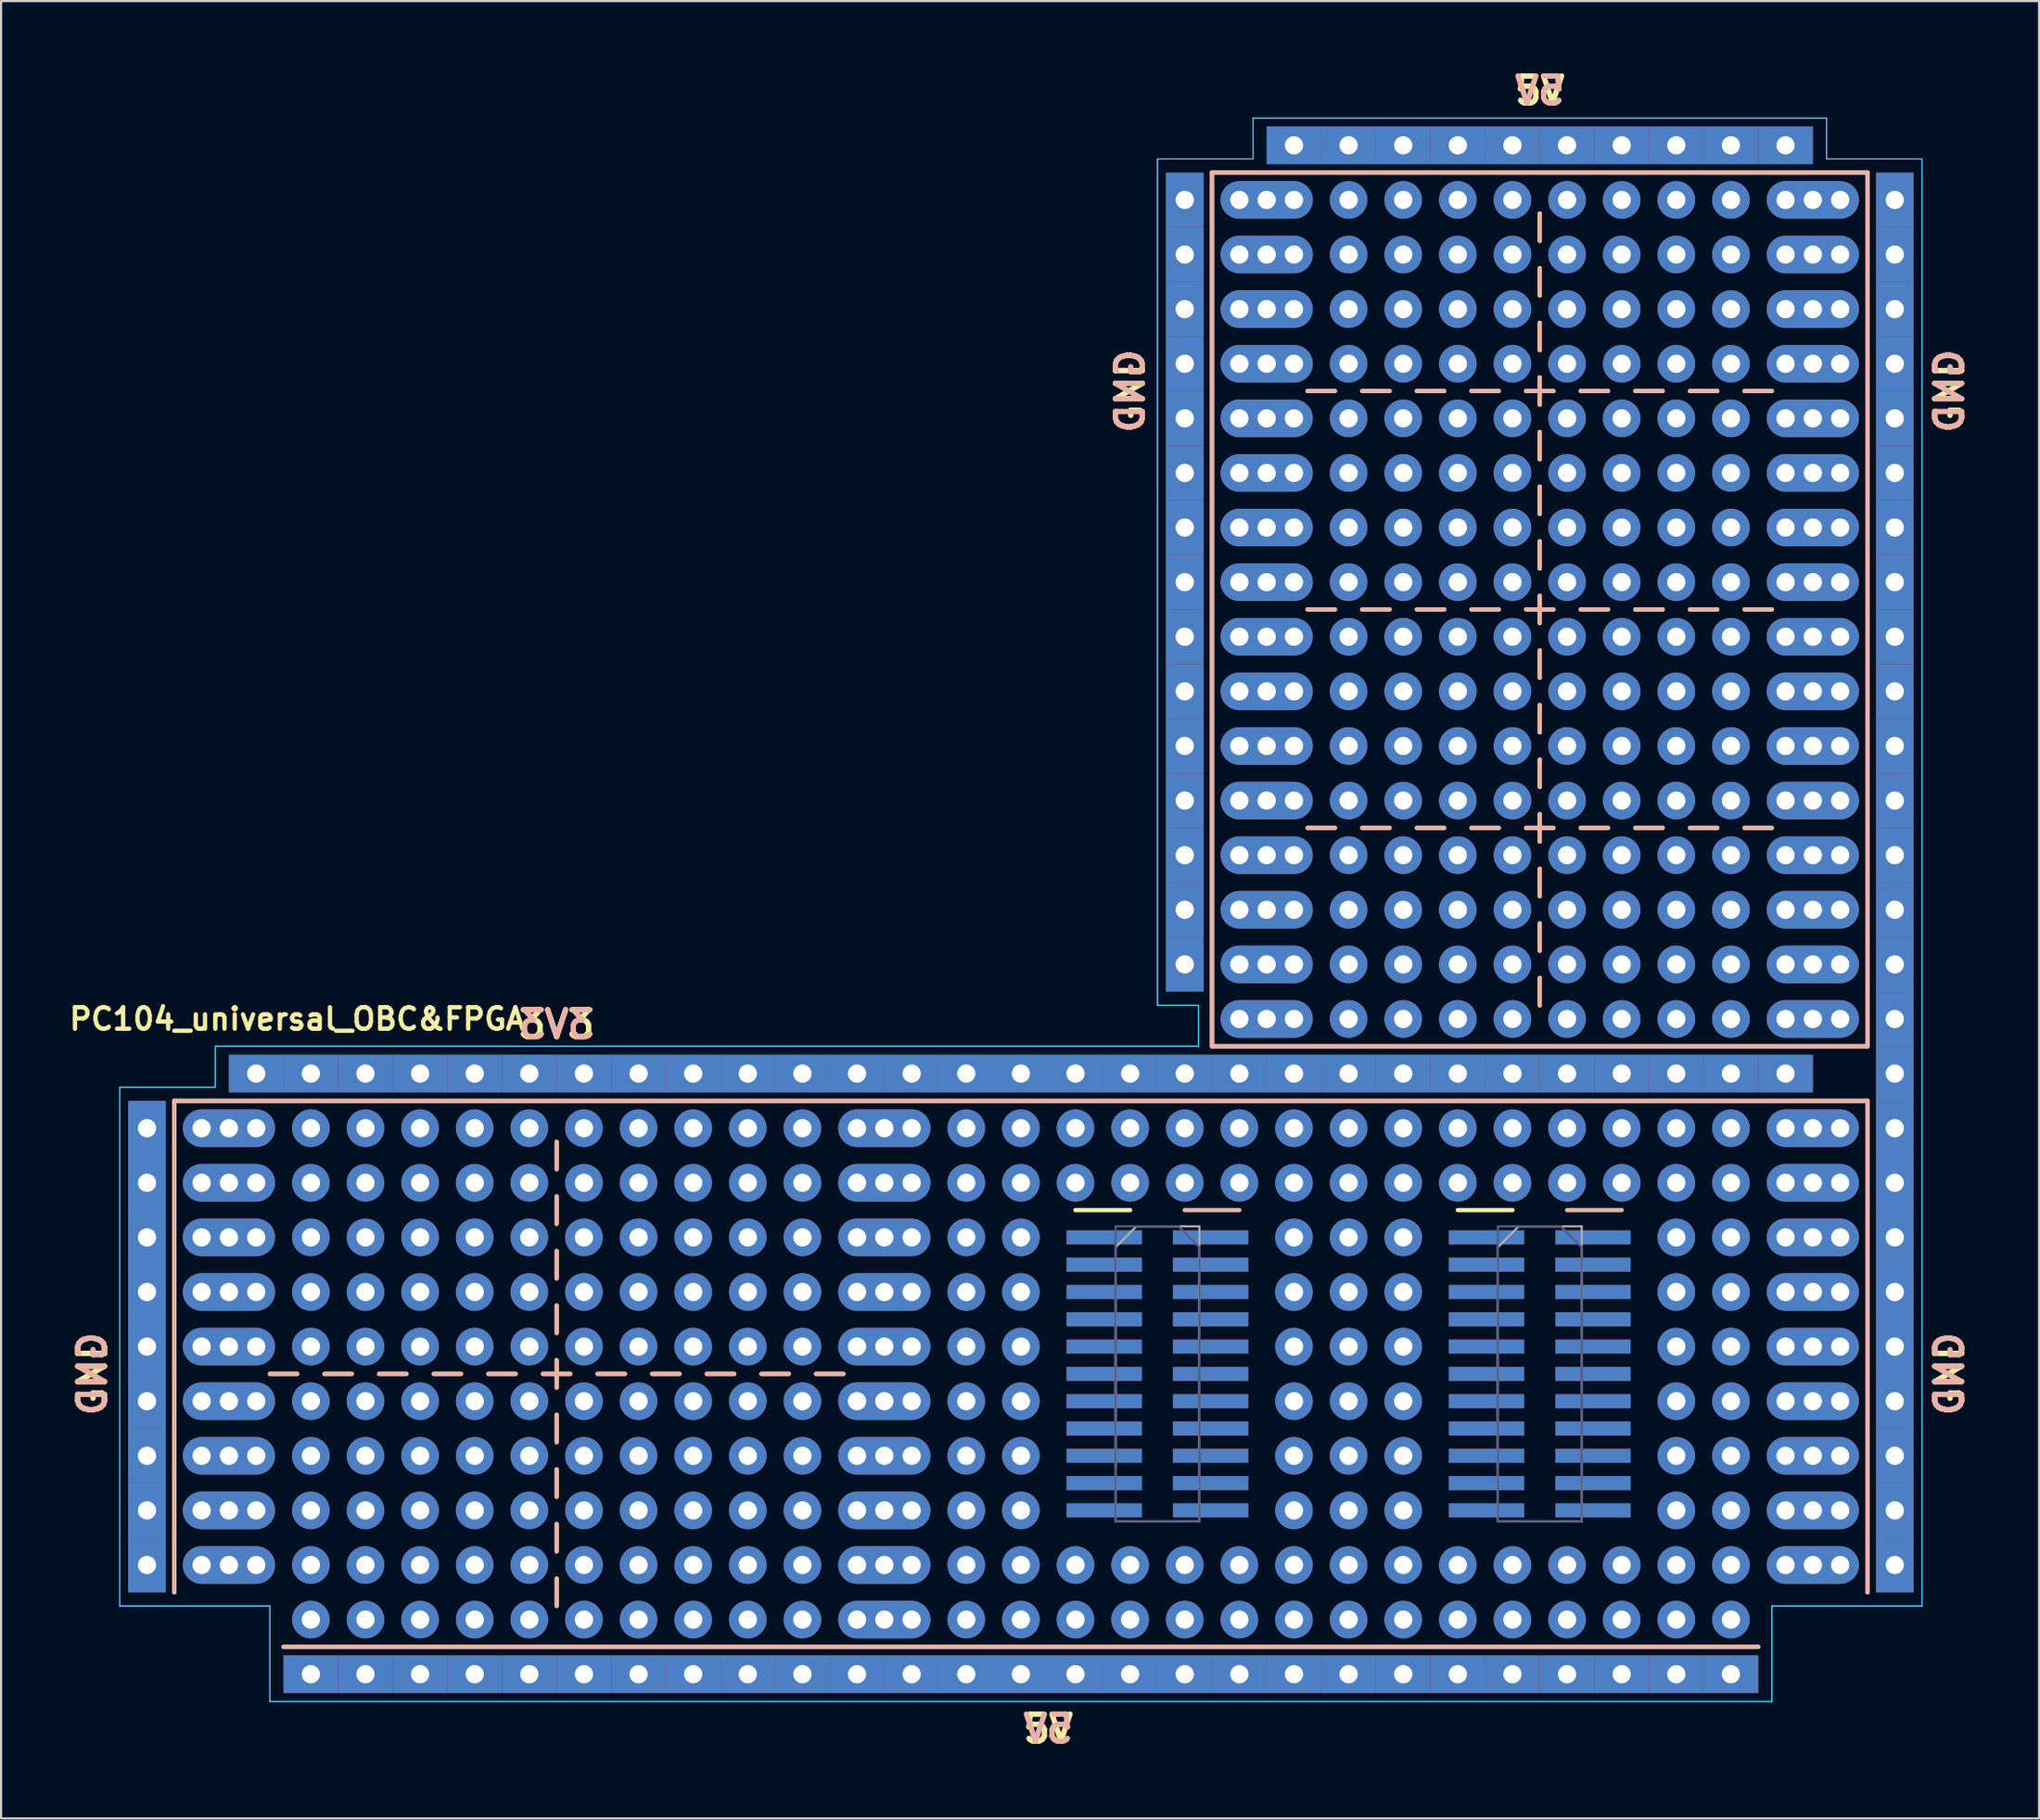
<source format=kicad_pcb>
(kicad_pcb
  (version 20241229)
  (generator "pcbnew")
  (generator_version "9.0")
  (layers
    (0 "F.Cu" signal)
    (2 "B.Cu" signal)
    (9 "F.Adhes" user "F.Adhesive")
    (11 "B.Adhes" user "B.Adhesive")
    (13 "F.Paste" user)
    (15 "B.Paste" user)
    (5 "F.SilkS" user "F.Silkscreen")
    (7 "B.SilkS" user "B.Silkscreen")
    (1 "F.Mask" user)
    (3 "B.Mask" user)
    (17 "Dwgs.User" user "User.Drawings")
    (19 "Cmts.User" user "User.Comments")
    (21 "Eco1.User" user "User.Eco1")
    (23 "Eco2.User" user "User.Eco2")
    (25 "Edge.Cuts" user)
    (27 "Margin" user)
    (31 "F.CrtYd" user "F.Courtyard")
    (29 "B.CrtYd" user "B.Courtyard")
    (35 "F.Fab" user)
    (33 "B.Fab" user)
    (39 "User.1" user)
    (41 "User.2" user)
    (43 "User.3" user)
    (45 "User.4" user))
  (footprint "PC104_universal_OBC&FPGA"
    (layer "F.Cu")
    (at 3.786 46.89)
    (property "Reference" "PC104_universal_OBC&FPGA" (at 6.985 -2.54 0) (layer "F.SilkS") (effects (font (size 1 1) (thickness 0.2))))
    (attr through_hole)
    (fp_line (start 1.27 1.27) (end 80.01 1.27) (stroke (width 0.2) (type solid)) (layer "F.SilkS"))
    (fp_line (start 1.27 24.13) (end 1.27 1.27) (stroke (width 0.2) (type solid)) (layer "F.SilkS"))
    (fp_line (start 5.715 13.97) (end 6.985 13.97) (stroke (width 0.2) (type solid)) (layer "F.SilkS"))
    (fp_line (start 8.255 13.97) (end 9.525 13.97) (stroke (width 0.2) (type solid)) (layer "F.SilkS"))
    (fp_line (start 10.795 13.97) (end 12.065 13.97) (stroke (width 0.2) (type solid)) (layer "F.SilkS"))
    (fp_line (start 13.335 13.97) (end 14.605 13.97) (stroke (width 0.2) (type solid)) (layer "F.SilkS"))
    (fp_line (start 15.875 13.97) (end 17.145 13.97) (stroke (width 0.2) (type solid)) (layer "F.SilkS"))
    (fp_line (start 18.415 13.97) (end 19.685 13.97) (stroke (width 0.2) (type solid)) (layer "F.SilkS"))
    (fp_line (start 19.05 4.445) (end 19.05 3.175) (stroke (width 0.2) (type solid)) (layer "F.SilkS"))
    (fp_line (start 19.05 6.985) (end 19.05 5.715) (stroke (width 0.2) (type solid)) (layer "F.SilkS"))
    (fp_line (start 19.05 9.525) (end 19.05 8.255) (stroke (width 0.2) (type solid)) (layer "F.SilkS"))
    (fp_line (start 19.05 12.065) (end 19.05 10.795) (stroke (width 0.2) (type solid)) (layer "F.SilkS"))
    (fp_line (start 19.05 14.605) (end 19.05 13.335) (stroke (width 0.2) (type solid)) (layer "F.SilkS"))
    (fp_line (start 19.05 17.145) (end 19.05 15.875) (stroke (width 0.2) (type solid)) (layer "F.SilkS"))
    (fp_line (start 19.05 19.685) (end 19.05 18.415) (stroke (width 0.2) (type solid)) (layer "F.SilkS"))
    (fp_line (start 19.05 22.225) (end 19.05 20.955) (stroke (width 0.2) (type solid)) (layer "F.SilkS"))
    (fp_line (start 19.05 24.765) (end 19.05 23.495) (stroke (width 0.2) (type solid)) (layer "F.SilkS"))
    (fp_line (start 20.955 13.97) (end 22.225 13.97) (stroke (width 0.2) (type solid)) (layer "F.SilkS"))
    (fp_line (start 23.495 13.97) (end 24.765 13.97) (stroke (width 0.2) (type solid)) (layer "F.SilkS"))
    (fp_line (start 26.035 13.97) (end 27.305 13.97) (stroke (width 0.2) (type solid)) (layer "F.SilkS"))
    (fp_line (start 28.575 13.97) (end 29.845 13.97) (stroke (width 0.2) (type solid)) (layer "F.SilkS"))
    (fp_line (start 31.115 13.97) (end 32.385 13.97) (stroke (width 0.2) (type solid)) (layer "F.SilkS"))
    (fp_line (start 43.18 6.35) (end 45.72 6.35) (stroke (width 0.2) (type solid)) (layer "F.SilkS"))
    (fp_line (start 49.53 -41.91) (end 80.01 -41.91) (stroke (width 0.2) (type solid)) (layer "F.SilkS"))
    (fp_line (start 49.53 -1.27) (end 49.53 -41.91) (stroke (width 0.2) (type solid)) (layer "F.SilkS"))
    (fp_line (start 53.975 -31.75) (end 55.245 -31.75) (stroke (width 0.2) (type solid)) (layer "F.SilkS"))
    (fp_line (start 53.975 -21.59) (end 55.245 -21.59) (stroke (width 0.2) (type solid)) (layer "F.SilkS"))
    (fp_line (start 53.975 -11.43) (end 55.245 -11.43) (stroke (width 0.2) (type solid)) (layer "F.SilkS"))
    (fp_line (start 56.515 -31.75) (end 57.785 -31.75) (stroke (width 0.2) (type solid)) (layer "F.SilkS"))
    (fp_line (start 56.515 -21.59) (end 57.785 -21.59) (stroke (width 0.2) (type solid)) (layer "F.SilkS"))
    (fp_line (start 56.515 -11.43) (end 57.785 -11.43) (stroke (width 0.2) (type solid)) (layer "F.SilkS"))
    (fp_line (start 59.055 -31.75) (end 60.325 -31.75) (stroke (width 0.2) (type solid)) (layer "F.SilkS"))
    (fp_line (start 59.055 -21.59) (end 60.325 -21.59) (stroke (width 0.2) (type solid)) (layer "F.SilkS"))
    (fp_line (start 59.055 -11.43) (end 60.325 -11.43) (stroke (width 0.2) (type solid)) (layer "F.SilkS"))
    (fp_line (start 60.96 6.35) (end 63.5 6.35) (stroke (width 0.2) (type solid)) (layer "F.SilkS"))
    (fp_line (start 61.595 -31.75) (end 62.865 -31.75) (stroke (width 0.2) (type solid)) (layer "F.SilkS"))
    (fp_line (start 61.595 -21.59) (end 62.865 -21.59) (stroke (width 0.2) (type solid)) (layer "F.SilkS"))
    (fp_line (start 61.595 -11.43) (end 62.865 -11.43) (stroke (width 0.2) (type solid)) (layer "F.SilkS"))
    (fp_line (start 64.135 -31.75) (end 65.405 -31.75) (stroke (width 0.2) (type solid)) (layer "F.SilkS"))
    (fp_line (start 64.135 -21.59) (end 65.405 -21.59) (stroke (width 0.2) (type solid)) (layer "F.SilkS"))
    (fp_line (start 64.135 -11.43) (end 65.405 -11.43) (stroke (width 0.2) (type solid)) (layer "F.SilkS"))
    (fp_line (start 64.77 -40.005) (end 64.77 -38.735) (stroke (width 0.2) (type solid)) (layer "F.SilkS"))
    (fp_line (start 64.77 -37.465) (end 64.77 -36.195) (stroke (width 0.2) (type solid)) (layer "F.SilkS"))
    (fp_line (start 64.77 -34.925) (end 64.77 -33.655) (stroke (width 0.2) (type solid)) (layer "F.SilkS"))
    (fp_line (start 64.77 -32.385) (end 64.77 -31.115) (stroke (width 0.2) (type solid)) (layer "F.SilkS"))
    (fp_line (start 64.77 -29.845) (end 64.77 -28.575) (stroke (width 0.2) (type solid)) (layer "F.SilkS"))
    (fp_line (start 64.77 -27.305) (end 64.77 -26.035) (stroke (width 0.2) (type solid)) (layer "F.SilkS"))
    (fp_line (start 64.77 -24.765) (end 64.77 -23.495) (stroke (width 0.2) (type solid)) (layer "F.SilkS"))
    (fp_line (start 64.77 -22.225) (end 64.77 -20.955) (stroke (width 0.2) (type solid)) (layer "F.SilkS"))
    (fp_line (start 64.77 -19.685) (end 64.77 -18.415) (stroke (width 0.2) (type solid)) (layer "F.SilkS"))
    (fp_line (start 64.77 -17.145) (end 64.77 -15.875) (stroke (width 0.2) (type solid)) (layer "F.SilkS"))
    (fp_line (start 64.77 -14.605) (end 64.77 -13.335) (stroke (width 0.2) (type solid)) (layer "F.SilkS"))
    (fp_line (start 64.77 -12.065) (end 64.77 -10.795) (stroke (width 0.2) (type solid)) (layer "F.SilkS"))
    (fp_line (start 64.77 -9.525) (end 64.77 -8.255) (stroke (width 0.2) (type solid)) (layer "F.SilkS"))
    (fp_line (start 64.77 -6.985) (end 64.77 -5.715) (stroke (width 0.2) (type solid)) (layer "F.SilkS"))
    (fp_line (start 64.77 -4.445) (end 64.77 -3.175) (stroke (width 0.2) (type solid)) (layer "F.SilkS"))
    (fp_line (start 66.675 -31.75) (end 67.945 -31.75) (stroke (width 0.2) (type solid)) (layer "F.SilkS"))
    (fp_line (start 66.675 -21.59) (end 67.945 -21.59) (stroke (width 0.2) (type solid)) (layer "F.SilkS"))
    (fp_line (start 66.675 -11.43) (end 67.945 -11.43) (stroke (width 0.2) (type solid)) (layer "F.SilkS"))
    (fp_line (start 69.215 -31.75) (end 70.485 -31.75) (stroke (width 0.2) (type solid)) (layer "F.SilkS"))
    (fp_line (start 69.215 -21.59) (end 70.485 -21.59) (stroke (width 0.2) (type solid)) (layer "F.SilkS"))
    (fp_line (start 69.215 -11.43) (end 70.485 -11.43) (stroke (width 0.2) (type solid)) (layer "F.SilkS"))
    (fp_line (start 71.755 -31.75) (end 73.025 -31.75) (stroke (width 0.2) (type solid)) (layer "F.SilkS"))
    (fp_line (start 71.755 -21.59) (end 73.025 -21.59) (stroke (width 0.2) (type solid)) (layer "F.SilkS"))
    (fp_line (start 71.755 -11.43) (end 73.025 -11.43) (stroke (width 0.2) (type solid)) (layer "F.SilkS"))
    (fp_line (start 74.295 -31.75) (end 75.565 -31.75) (stroke (width 0.2) (type solid)) (layer "F.SilkS"))
    (fp_line (start 74.295 -21.59) (end 75.565 -21.59) (stroke (width 0.2) (type solid)) (layer "F.SilkS"))
    (fp_line (start 74.295 -11.43) (end 75.565 -11.43) (stroke (width 0.2) (type solid)) (layer "F.SilkS"))
    (fp_line (start 74.93 26.67) (end 6.35 26.67) (stroke (width 0.2) (type solid)) (layer "F.SilkS"))
    (fp_line (start 80.01 -41.91) (end 80.01 -1.27) (stroke (width 0.2) (type solid)) (layer "F.SilkS"))
    (fp_line (start 80.01 -1.27) (end 49.53 -1.27) (stroke (width 0.2) (type solid)) (layer "F.SilkS"))
    (fp_line (start 80.01 1.27) (end 80.01 24.13) (stroke (width 0.2) (type solid)) (layer "F.SilkS"))
    (fp_line (start 1.27 1.27) (end 80.01 1.27) (stroke (width 0.2) (type solid)) (layer "B.SilkS"))
    (fp_line (start 1.27 24.13) (end 1.27 1.27) (stroke (width 0.2) (type solid)) (layer "B.SilkS"))
    (fp_line (start 5.715 13.97) (end 6.985 13.97) (stroke (width 0.2) (type solid)) (layer "B.SilkS"))
    (fp_line (start 8.255 13.97) (end 9.525 13.97) (stroke (width 0.2) (type solid)) (layer "B.SilkS"))
    (fp_line (start 10.795 13.97) (end 12.065 13.97) (stroke (width 0.2) (type solid)) (layer "B.SilkS"))
    (fp_line (start 13.335 13.97) (end 14.605 13.97) (stroke (width 0.2) (type solid)) (layer "B.SilkS"))
    (fp_line (start 15.875 13.97) (end 17.145 13.97) (stroke (width 0.2) (type solid)) (layer "B.SilkS"))
    (fp_line (start 18.415 13.97) (end 19.685 13.97) (stroke (width 0.2) (type solid)) (layer "B.SilkS"))
    (fp_line (start 19.05 4.445) (end 19.05 3.175) (stroke (width 0.2) (type solid)) (layer "B.SilkS"))
    (fp_line (start 19.05 6.985) (end 19.05 5.715) (stroke (width 0.2) (type solid)) (layer "B.SilkS"))
    (fp_line (start 19.05 9.525) (end 19.05 8.255) (stroke (width 0.2) (type solid)) (layer "B.SilkS"))
    (fp_line (start 19.05 12.065) (end 19.05 10.795) (stroke (width 0.2) (type solid)) (layer "B.SilkS"))
    (fp_line (start 19.05 14.605) (end 19.05 13.335) (stroke (width 0.2) (type solid)) (layer "B.SilkS"))
    (fp_line (start 19.05 17.145) (end 19.05 15.875) (stroke (width 0.2) (type solid)) (layer "B.SilkS"))
    (fp_line (start 19.05 19.685) (end 19.05 18.415) (stroke (width 0.2) (type solid)) (layer "B.SilkS"))
    (fp_line (start 19.05 22.225) (end 19.05 20.955) (stroke (width 0.2) (type solid)) (layer "B.SilkS"))
    (fp_line (start 19.05 24.765) (end 19.05 23.495) (stroke (width 0.2) (type solid)) (layer "B.SilkS"))
    (fp_line (start 20.955 13.97) (end 22.225 13.97) (stroke (width 0.2) (type solid)) (layer "B.SilkS"))
    (fp_line (start 23.495 13.97) (end 24.765 13.97) (stroke (width 0.2) (type solid)) (layer "B.SilkS"))
    (fp_line (start 26.035 13.97) (end 27.305 13.97) (stroke (width 0.2) (type solid)) (layer "B.SilkS"))
    (fp_line (start 28.575 13.97) (end 29.845 13.97) (stroke (width 0.2) (type solid)) (layer "B.SilkS"))
    (fp_line (start 31.115 13.97) (end 32.385 13.97) (stroke (width 0.2) (type solid)) (layer "B.SilkS"))
    (fp_line (start 49.53 -41.91) (end 80.01 -41.91) (stroke (width 0.2) (type solid)) (layer "B.SilkS"))
    (fp_line (start 49.53 -1.27) (end 49.53 -41.91) (stroke (width 0.2) (type solid)) (layer "B.SilkS"))
    (fp_line (start 50.8 6.35) (end 48.26 6.35) (stroke (width 0.2) (type solid)) (layer "B.SilkS"))
    (fp_line (start 53.975 -31.75) (end 55.245 -31.75) (stroke (width 0.2) (type solid)) (layer "B.SilkS"))
    (fp_line (start 53.975 -21.59) (end 55.245 -21.59) (stroke (width 0.2) (type solid)) (layer "B.SilkS"))
    (fp_line (start 53.975 -11.43) (end 55.245 -11.43) (stroke (width 0.2) (type solid)) (layer "B.SilkS"))
    (fp_line (start 56.515 -31.75) (end 57.785 -31.75) (stroke (width 0.2) (type solid)) (layer "B.SilkS"))
    (fp_line (start 56.515 -21.59) (end 57.785 -21.59) (stroke (width 0.2) (type solid)) (layer "B.SilkS"))
    (fp_line (start 56.515 -11.43) (end 57.785 -11.43) (stroke (width 0.2) (type solid)) (layer "B.SilkS"))
    (fp_line (start 59.055 -31.75) (end 60.325 -31.75) (stroke (width 0.2) (type solid)) (layer "B.SilkS"))
    (fp_line (start 59.055 -21.59) (end 60.325 -21.59) (stroke (width 0.2) (type solid)) (layer "B.SilkS"))
    (fp_line (start 59.055 -11.43) (end 60.325 -11.43) (stroke (width 0.2) (type solid)) (layer "B.SilkS"))
    (fp_line (start 61.595 -31.75) (end 62.865 -31.75) (stroke (width 0.2) (type solid)) (layer "B.SilkS"))
    (fp_line (start 61.595 -21.59) (end 62.865 -21.59) (stroke (width 0.2) (type solid)) (layer "B.SilkS"))
    (fp_line (start 61.595 -11.43) (end 62.865 -11.43) (stroke (width 0.2) (type solid)) (layer "B.SilkS"))
    (fp_line (start 64.135 -31.75) (end 65.405 -31.75) (stroke (width 0.2) (type solid)) (layer "B.SilkS"))
    (fp_line (start 64.135 -21.59) (end 65.405 -21.59) (stroke (width 0.2) (type solid)) (layer "B.SilkS"))
    (fp_line (start 64.135 -11.43) (end 65.405 -11.43) (stroke (width 0.2) (type solid)) (layer "B.SilkS"))
    (fp_line (start 64.77 -40.005) (end 64.77 -38.735) (stroke (width 0.2) (type solid)) (layer "B.SilkS"))
    (fp_line (start 64.77 -37.465) (end 64.77 -36.195) (stroke (width 0.2) (type solid)) (layer "B.SilkS"))
    (fp_line (start 64.77 -34.925) (end 64.77 -33.655) (stroke (width 0.2) (type solid)) (layer "B.SilkS"))
    (fp_line (start 64.77 -32.385) (end 64.77 -31.115) (stroke (width 0.2) (type solid)) (layer "B.SilkS"))
    (fp_line (start 64.77 -29.845) (end 64.77 -28.575) (stroke (width 0.2) (type solid)) (layer "B.SilkS"))
    (fp_line (start 64.77 -27.305) (end 64.77 -26.035) (stroke (width 0.2) (type solid)) (layer "B.SilkS"))
    (fp_line (start 64.77 -24.765) (end 64.77 -23.495) (stroke (width 0.2) (type solid)) (layer "B.SilkS"))
    (fp_line (start 64.77 -22.225) (end 64.77 -20.955) (stroke (width 0.2) (type solid)) (layer "B.SilkS"))
    (fp_line (start 64.77 -19.685) (end 64.77 -18.415) (stroke (width 0.2) (type solid)) (layer "B.SilkS"))
    (fp_line (start 64.77 -17.145) (end 64.77 -15.875) (stroke (width 0.2) (type solid)) (layer "B.SilkS"))
    (fp_line (start 64.77 -14.605) (end 64.77 -13.335) (stroke (width 0.2) (type solid)) (layer "B.SilkS"))
    (fp_line (start 64.77 -12.065) (end 64.77 -10.795) (stroke (width 0.2) (type solid)) (layer "B.SilkS"))
    (fp_line (start 64.77 -9.525) (end 64.77 -8.255) (stroke (width 0.2) (type solid)) (layer "B.SilkS"))
    (fp_line (start 64.77 -6.985) (end 64.77 -5.715) (stroke (width 0.2) (type solid)) (layer "B.SilkS"))
    (fp_line (start 64.77 -4.445) (end 64.77 -3.175) (stroke (width 0.2) (type solid)) (layer "B.SilkS"))
    (fp_line (start 66.675 -31.75) (end 67.945 -31.75) (stroke (width 0.2) (type solid)) (layer "B.SilkS"))
    (fp_line (start 66.675 -21.59) (end 67.945 -21.59) (stroke (width 0.2) (type solid)) (layer "B.SilkS"))
    (fp_line (start 66.675 -11.43) (end 67.945 -11.43) (stroke (width 0.2) (type solid)) (layer "B.SilkS"))
    (fp_line (start 68.58 6.35) (end 66.04 6.35) (stroke (width 0.2) (type solid)) (layer "B.SilkS"))
    (fp_line (start 69.215 -31.75) (end 70.485 -31.75) (stroke (width 0.2) (type solid)) (layer "B.SilkS"))
    (fp_line (start 69.215 -21.59) (end 70.485 -21.59) (stroke (width 0.2) (type solid)) (layer "B.SilkS"))
    (fp_line (start 69.215 -11.43) (end 70.485 -11.43) (stroke (width 0.2) (type solid)) (layer "B.SilkS"))
    (fp_line (start 71.755 -31.75) (end 73.025 -31.75) (stroke (width 0.2) (type solid)) (layer "B.SilkS"))
    (fp_line (start 71.755 -21.59) (end 73.025 -21.59) (stroke (width 0.2) (type solid)) (layer "B.SilkS"))
    (fp_line (start 71.755 -11.43) (end 73.025 -11.43) (stroke (width 0.2) (type solid)) (layer "B.SilkS"))
    (fp_line (start 74.295 -31.75) (end 75.565 -31.75) (stroke (width 0.2) (type solid)) (layer "B.SilkS"))
    (fp_line (start 74.295 -21.59) (end 75.565 -21.59) (stroke (width 0.2) (type solid)) (layer "B.SilkS"))
    (fp_line (start 74.295 -11.43) (end 75.565 -11.43) (stroke (width 0.2) (type solid)) (layer "B.SilkS"))
    (fp_line (start 74.93 26.67) (end 6.35 26.67) (stroke (width 0.2) (type solid)) (layer "B.SilkS"))
    (fp_line (start 80.01 -41.91) (end 80.01 -1.27) (stroke (width 0.2) (type solid)) (layer "B.SilkS"))
    (fp_line (start 80.01 -1.27) (end 49.53 -1.27) (stroke (width 0.2) (type solid)) (layer "B.SilkS"))
    (fp_line (start 80.01 1.27) (end 80.01 24.13) (stroke (width 0.2) (type solid)) (layer "B.SilkS"))
    (fp_line (start -1.27 0.635) (end 3.175 0.635) (stroke (width 0.05) (type solid)) (layer "B.CrtYd"))
    (fp_line (start -1.27 24.765) (end -1.27 0.635) (stroke (width 0.05) (type solid)) (layer "B.CrtYd"))
    (fp_line (start 3.175 -1.27) (end 48.895 -1.27) (stroke (width 0.05) (type solid)) (layer "B.CrtYd"))
    (fp_line (start 3.175 0.635) (end 3.175 -1.27) (stroke (width 0.05) (type solid)) (layer "B.CrtYd"))
    (fp_line (start 5.715 24.765) (end -1.27 24.765) (stroke (width 0.05) (type solid)) (layer "B.CrtYd"))
    (fp_line (start 5.715 29.21) (end 5.715 24.765) (stroke (width 0.05) (type solid)) (layer "B.CrtYd"))
    (fp_line (start 46.99 -42.545) (end 51.435 -42.545) (stroke (width 0.05) (type solid)) (layer "B.CrtYd"))
    (fp_line (start 46.99 -3.175) (end 46.99 -42.545) (stroke (width 0.05) (type solid)) (layer "B.CrtYd"))
    (fp_line (start 48.895 -3.175) (end 46.99 -3.175) (stroke (width 0.05) (type solid)) (layer "B.CrtYd"))
    (fp_line (start 48.895 -1.27) (end 48.895 -3.175) (stroke (width 0.05) (type solid)) (layer "B.CrtYd"))
    (fp_line (start 51.435 -44.45) (end 78.105 -44.45) (stroke (width 0.05) (type solid)) (layer "B.CrtYd"))
    (fp_line (start 51.435 -42.545) (end 51.435 -44.45) (stroke (width 0.05) (type solid)) (layer "B.CrtYd"))
    (fp_line (start 75.565 24.765) (end 75.565 29.21) (stroke (width 0.05) (type solid)) (layer "B.CrtYd"))
    (fp_line (start 75.565 29.21) (end 5.715 29.21) (stroke (width 0.05) (type solid)) (layer "B.CrtYd"))
    (fp_line (start 78.105 -44.45) (end 78.105 -42.545) (stroke (width 0.05) (type solid)) (layer "B.CrtYd"))
    (fp_line (start 78.105 -42.545) (end 82.55 -42.545) (stroke (width 0.05) (type solid)) (layer "B.CrtYd"))
    (fp_line (start 82.55 -42.545) (end 82.55 24.765) (stroke (width 0.05) (type solid)) (layer "B.CrtYd"))
    (fp_line (start 82.55 24.765) (end 75.565 24.765) (stroke (width 0.05) (type solid)) (layer "B.CrtYd"))
    (fp_line (start -1.27 0.635) (end 3.175 0.635) (stroke (width 0.05) (type solid)) (layer "F.CrtYd"))
    (fp_line (start -1.27 24.765) (end -1.27 0.635) (stroke (width 0.05) (type solid)) (layer "F.CrtYd"))
    (fp_line (start 3.175 -1.27) (end 48.895 -1.27) (stroke (width 0.05) (type solid)) (layer "F.CrtYd"))
    (fp_line (start 3.175 0.635) (end 3.175 -1.27) (stroke (width 0.05) (type solid)) (layer "F.CrtYd"))
    (fp_line (start 5.715 24.765) (end -1.27 24.765) (stroke (width 0.05) (type solid)) (layer "F.CrtYd"))
    (fp_line (start 5.715 29.21) (end 5.715 24.765) (stroke (width 0.05) (type solid)) (layer "F.CrtYd"))
    (fp_line (start 46.99 -42.545) (end 51.435 -42.545) (stroke (width 0.05) (type solid)) (layer "F.CrtYd"))
    (fp_line (start 46.99 -3.175) (end 46.99 -42.545) (stroke (width 0.05) (type solid)) (layer "F.CrtYd"))
    (fp_line (start 48.895 -3.175) (end 46.99 -3.175) (stroke (width 0.05) (type solid)) (layer "F.CrtYd"))
    (fp_line (start 48.895 -1.27) (end 48.895 -3.175) (stroke (width 0.05) (type solid)) (layer "F.CrtYd"))
    (fp_line (start 51.435 -44.45) (end 78.105 -44.45) (stroke (width 0.05) (type solid)) (layer "F.CrtYd"))
    (fp_line (start 51.435 -42.545) (end 51.435 -44.45) (stroke (width 0.05) (type solid)) (layer "F.CrtYd"))
    (fp_line (start 75.565 24.765) (end 75.565 29.21) (stroke (width 0.05) (type solid)) (layer "F.CrtYd"))
    (fp_line (start 75.565 29.21) (end 5.715 29.21) (stroke (width 0.05) (type solid)) (layer "F.CrtYd"))
    (fp_line (start 78.105 -44.45) (end 78.105 -42.545) (stroke (width 0.05) (type solid)) (layer "F.CrtYd"))
    (fp_line (start 78.105 -42.545) (end 82.55 -42.545) (stroke (width 0.05) (type solid)) (layer "F.CrtYd"))
    (fp_line (start 82.55 -42.545) (end 82.55 24.765) (stroke (width 0.05) (type solid)) (layer "F.CrtYd"))
    (fp_line (start 82.55 24.765) (end 75.565 24.765) (stroke (width 0.05) (type solid)) (layer "F.CrtYd"))
    (fp_line (start 45.04 7.105) (end 45.04 15.755) (stroke (width 0.1) (type solid)) (layer "B.Fab"))
    (fp_line (start 45.04 9.645) (end 45.04 18.295) (stroke (width 0.1) (type solid)) (layer "B.Fab"))
    (fp_line (start 45.04 12.185) (end 45.04 20.835) (stroke (width 0.1) (type solid)) (layer "B.Fab"))
    (fp_line (start 45.04 20.835) (end 48.94 20.835) (stroke (width 0.1) (type solid)) (layer "B.Fab"))
    (fp_line (start 47.965 7.105) (end 45.04 7.105) (stroke (width 0.1) (type solid)) (layer "B.Fab"))
    (fp_line (start 48.94 8.08) (end 47.965 7.105) (stroke (width 0.1) (type solid)) (layer "B.Fab"))
    (fp_line (start 48.94 15.755) (end 48.94 8.08) (stroke (width 0.1) (type solid)) (layer "B.Fab"))
    (fp_line (start 48.94 18.295) (end 48.94 10.62) (stroke (width 0.1) (type solid)) (layer "B.Fab"))
    (fp_line (start 48.94 20.835) (end 48.94 13.16) (stroke (width 0.1) (type solid)) (layer "B.Fab"))
    (fp_line (start 62.82 7.105) (end 62.82 15.755) (stroke (width 0.1) (type solid)) (layer "B.Fab"))
    (fp_line (start 62.82 9.645) (end 62.82 18.295) (stroke (width 0.1) (type solid)) (layer "B.Fab"))
    (fp_line (start 62.82 12.185) (end 62.82 20.835) (stroke (width 0.1) (type solid)) (layer "B.Fab"))
    (fp_line (start 62.82 20.835) (end 66.72 20.835) (stroke (width 0.1) (type solid)) (layer "B.Fab"))
    (fp_line (start 65.745 7.105) (end 62.82 7.105) (stroke (width 0.1) (type solid)) (layer "B.Fab"))
    (fp_line (start 66.72 8.08) (end 65.745 7.105) (stroke (width 0.1) (type solid)) (layer "B.Fab"))
    (fp_line (start 66.72 15.755) (end 66.72 8.08) (stroke (width 0.1) (type solid)) (layer "B.Fab"))
    (fp_line (start 66.72 18.295) (end 66.72 10.62) (stroke (width 0.1) (type solid)) (layer "B.Fab"))
    (fp_line (start 66.72 20.835) (end 66.72 13.16) (stroke (width 0.1) (type solid)) (layer "B.Fab"))
    (fp_line (start 45.04 8.08) (end 46.015 7.105) (stroke (width 0.1) (type solid)) (layer "F.Fab"))
    (fp_line (start 45.04 15.755) (end 45.04 8.08) (stroke (width 0.1) (type solid)) (layer "F.Fab"))
    (fp_line (start 45.04 18.295) (end 45.04 10.62) (stroke (width 0.1) (type solid)) (layer "F.Fab"))
    (fp_line (start 45.04 20.835) (end 45.04 13.16) (stroke (width 0.1) (type solid)) (layer "F.Fab"))
    (fp_line (start 46.015 7.105) (end 48.94 7.105) (stroke (width 0.1) (type solid)) (layer "F.Fab"))
    (fp_line (start 48.94 7.105) (end 48.94 15.755) (stroke (width 0.1) (type solid)) (layer "F.Fab"))
    (fp_line (start 48.94 9.645) (end 48.94 18.295) (stroke (width 0.1) (type solid)) (layer "F.Fab"))
    (fp_line (start 48.94 12.185) (end 48.94 20.835) (stroke (width 0.1) (type solid)) (layer "F.Fab"))
    (fp_line (start 48.94 20.835) (end 45.04 20.835) (stroke (width 0.1) (type solid)) (layer "F.Fab"))
    (fp_line (start 62.82 8.08) (end 63.795 7.105) (stroke (width 0.1) (type solid)) (layer "F.Fab"))
    (fp_line (start 62.82 15.755) (end 62.82 8.08) (stroke (width 0.1) (type solid)) (layer "F.Fab"))
    (fp_line (start 62.82 18.295) (end 62.82 10.62) (stroke (width 0.1) (type solid)) (layer "F.Fab"))
    (fp_line (start 62.82 20.835) (end 62.82 13.16) (stroke (width 0.1) (type solid)) (layer "F.Fab"))
    (fp_line (start 63.795 7.105) (end 66.72 7.105) (stroke (width 0.1) (type solid)) (layer "F.Fab"))
    (fp_line (start 66.72 7.105) (end 66.72 15.755) (stroke (width 0.1) (type solid)) (layer "F.Fab"))
    (fp_line (start 66.72 9.645) (end 66.72 18.295) (stroke (width 0.1) (type solid)) (layer "F.Fab"))
    (fp_line (start 66.72 12.185) (end 66.72 20.835) (stroke (width 0.1) (type solid)) (layer "F.Fab"))
    (fp_line (start 66.72 20.835) (end 62.82 20.835) (stroke (width 0.1) (type solid)) (layer "F.Fab"))
    (fp_text user "GND" (at 83.82 -31.75 270) (layer "F.SilkS") (effects (font (size 1.25 1.25) (thickness 0.25))))
    (fp_text user "5V" (at 41.91 30.48 180) (layer "F.SilkS") (effects (font (size 1.25 1.25) (thickness 0.25))))
    (fp_text user "GND" (at -2.54 13.97 90) (layer "F.SilkS") (effects (font (size 1.25 1.25) (thickness 0.25))))
    (fp_text user "5V" (at 64.77 -45.72 180) (layer "F.SilkS") (effects (font (size 1.25 1.25) (thickness 0.25))))
    (fp_text user "3V3" (at 19.05 -2.286 180) (layer "F.SilkS") (effects (font (size 1.25 1.25) (thickness 0.25))))
    (fp_text user "GND" (at 45.72 -31.75 270) (layer "F.SilkS") (effects (font (size 1.25 1.25) (thickness 0.25))))
    (fp_text user "GND" (at 83.82 13.97 270) (layer "F.SilkS") (effects (font (size 1.25 1.25) (thickness 0.25))))
    (fp_text user "GND" (at 83.82 -31.75 270) (layer "B.SilkS") (effects (font (size 1.25 1.25) (thickness 0.25)) (justify mirror)))
    (fp_text user "5V" (at 41.91 30.48 0) (layer "B.SilkS") (effects (font (size 1.25 1.25) (thickness 0.25)) (justify mirror)))
    (fp_text user "3V3" (at 19.05 -2.286 0) (layer "B.SilkS") (effects (font (size 1.25 1.25) (thickness 0.25)) (justify mirror)))
    (fp_text user "GND" (at 83.82 13.97 270) (layer "B.SilkS") (effects (font (size 1.25 1.25) (thickness 0.25)) (justify mirror)))
    (fp_text user "5V" (at 64.77 -45.72 0) (layer "B.SilkS") (effects (font (size 1.25 1.25) (thickness 0.25)) (justify mirror)))
    (fp_text user "GND" (at -2.54 13.97 90) (layer "B.SilkS") (effects (font (size 1.25 1.25) (thickness 0.25)) (justify mirror)))
    (fp_text user "GND" (at 45.72 -31.75 270) (layer "B.SilkS") (effects (font (size 1.25 1.25) (thickness 0.25)) (justify mirror)))
    (pad "1" thru_hole rect (at 0 2.54 270) (size 2.54 1.75) (drill 0.85) (layers "*.Cu" "*.Mask"))
    (pad "1" thru_hole rect (at 0 5.08 270) (size 2.54 1.75) (drill 0.85) (layers "*.Cu" "*.Mask"))
    (pad "1" thru_hole rect (at 0 7.62 270) (size 2.54 1.75) (drill 0.85) (layers "*.Cu" "*.Mask"))
    (pad "1" thru_hole rect (at 0 10.16 270) (size 2.54 1.75) (drill 0.85) (layers "*.Cu" "*.Mask"))
    (pad "1" thru_hole rect (at 0 12.7 270) (size 2.54 1.75) (drill 0.85) (layers "*.Cu" "*.Mask"))
    (pad "1" thru_hole rect (at 0 15.24 270) (size 2.54 1.75) (drill 0.85) (layers "*.Cu" "*.Mask"))
    (pad "1" thru_hole rect (at 0 17.78 270) (size 2.54 1.75) (drill 0.85) (layers "*.Cu" "*.Mask"))
    (pad "1" thru_hole rect (at 0 20.32 270) (size 2.54 1.75) (drill 0.85) (layers "*.Cu" "*.Mask"))
    (pad "1" thru_hole rect (at 0 22.86 270) (size 2.54 1.75) (drill 0.85) (layers "*.Cu" "*.Mask"))
    (pad "1" thru_hole rect (at 48.26 -40.64 90) (size 2.54 1.75) (drill 0.85) (layers "*.Cu" "*.Mask"))
    (pad "1" thru_hole rect (at 48.26 -38.1 90) (size 2.54 1.75) (drill 0.85) (layers "*.Cu" "*.Mask"))
    (pad "1" thru_hole rect (at 48.26 -35.56 90) (size 2.54 1.75) (drill 0.85) (layers "*.Cu" "*.Mask"))
    (pad "1" thru_hole rect (at 48.26 -33.02 90) (size 2.54 1.75) (drill 0.85) (layers "*.Cu" "*.Mask"))
    (pad "1" thru_hole rect (at 48.26 -30.48 90) (size 2.54 1.75) (drill 0.85) (layers "*.Cu" "*.Mask"))
    (pad "1" thru_hole rect (at 48.26 -27.94 90) (size 2.54 1.75) (drill 0.85) (layers "*.Cu" "*.Mask"))
    (pad "1" thru_hole rect (at 48.26 -25.4 90) (size 2.54 1.75) (drill 0.85) (layers "*.Cu" "*.Mask"))
    (pad "1" thru_hole rect (at 48.26 -22.86 90) (size 2.54 1.75) (drill 0.85) (layers "*.Cu" "*.Mask"))
    (pad "1" thru_hole rect (at 48.26 -20.32 90) (size 2.54 1.75) (drill 0.85) (layers "*.Cu" "*.Mask"))
    (pad "1" thru_hole rect (at 48.26 -17.78 90) (size 2.54 1.75) (drill 0.85) (layers "*.Cu" "*.Mask"))
    (pad "1" thru_hole rect (at 48.26 -15.24 90) (size 2.54 1.75) (drill 0.85) (layers "*.Cu" "*.Mask"))
    (pad "1" thru_hole rect (at 48.26 -12.7 90) (size 2.54 1.75) (drill 0.85) (layers "*.Cu" "*.Mask"))
    (pad "1" thru_hole rect (at 48.26 -10.16 90) (size 2.54 1.75) (drill 0.85) (layers "*.Cu" "*.Mask"))
    (pad "1" thru_hole rect (at 48.26 -7.62 90) (size 2.54 1.75) (drill 0.85) (layers "*.Cu" "*.Mask"))
    (pad "1" thru_hole rect (at 48.26 -5.08 90) (size 2.54 1.75) (drill 0.85) (layers "*.Cu" "*.Mask"))
    (pad "1" thru_hole rect (at 81.28 -40.64 270) (size 2.54 1.75) (drill 0.85) (layers "*.Cu" "*.Mask"))
    (pad "1" thru_hole rect (at 81.28 -38.1 270) (size 2.54 1.75) (drill 0.85) (layers "*.Cu" "*.Mask"))
    (pad "1" thru_hole rect (at 81.28 -35.56 270) (size 2.54 1.75) (drill 0.85) (layers "*.Cu" "*.Mask"))
    (pad "1" thru_hole rect (at 81.28 -33.02 270) (size 2.54 1.75) (drill 0.85) (layers "*.Cu" "*.Mask"))
    (pad "1" thru_hole rect (at 81.28 -30.48 270) (size 2.54 1.75) (drill 0.85) (layers "*.Cu" "*.Mask"))
    (pad "1" thru_hole rect (at 81.28 -27.94 270) (size 2.54 1.75) (drill 0.85) (layers "*.Cu" "*.Mask"))
    (pad "1" thru_hole rect (at 81.28 -25.4 270) (size 2.54 1.75) (drill 0.85) (layers "*.Cu" "*.Mask"))
    (pad "1" thru_hole rect (at 81.28 -22.86 270) (size 2.54 1.75) (drill 0.85) (layers "*.Cu" "*.Mask"))
    (pad "1" thru_hole rect (at 81.28 -20.32 270) (size 2.54 1.75) (drill 0.85) (layers "*.Cu" "*.Mask"))
    (pad "1" thru_hole rect (at 81.28 -17.78 270) (size 2.54 1.75) (drill 0.85) (layers "*.Cu" "*.Mask"))
    (pad "1" thru_hole rect (at 81.28 -15.24 270) (size 2.54 1.75) (drill 0.85) (layers "*.Cu" "*.Mask"))
    (pad "1" thru_hole rect (at 81.28 -12.7 270) (size 2.54 1.75) (drill 0.85) (layers "*.Cu" "*.Mask"))
    (pad "1" thru_hole rect (at 81.28 -10.16 270) (size 2.54 1.75) (drill 0.85) (layers "*.Cu" "*.Mask"))
    (pad "1" thru_hole rect (at 81.28 -7.62 270) (size 2.54 1.75) (drill 0.85) (layers "*.Cu" "*.Mask"))
    (pad "1" thru_hole rect (at 81.28 -5.08 270) (size 2.54 1.75) (drill 0.85) (layers "*.Cu" "*.Mask"))
    (pad "1" thru_hole rect (at 81.28 -2.54 270) (size 2.54 1.75) (drill 0.85) (layers "*.Cu" "*.Mask"))
    (pad "1" thru_hole rect (at 81.28 0 270) (size 2.54 1.75) (drill 0.85) (layers "*.Cu" "*.Mask"))
    (pad "1" thru_hole rect (at 81.28 2.54 270) (size 2.54 1.75) (drill 0.85) (layers "*.Cu" "*.Mask"))
    (pad "1" thru_hole rect (at 81.28 5.08 270) (size 2.54 1.75) (drill 0.85) (layers "*.Cu" "*.Mask"))
    (pad "1" thru_hole rect (at 81.28 7.62 270) (size 2.54 1.75) (drill 0.85) (layers "*.Cu" "*.Mask"))
    (pad "1" thru_hole rect (at 81.28 10.16 270) (size 2.54 1.75) (drill 0.85) (layers "*.Cu" "*.Mask"))
    (pad "1" thru_hole rect (at 81.28 12.7 270) (size 2.54 1.75) (drill 0.85) (layers "*.Cu" "*.Mask"))
    (pad "1" thru_hole rect (at 81.28 15.24 270) (size 2.54 1.75) (drill 0.85) (layers "*.Cu" "*.Mask"))
    (pad "1" thru_hole rect (at 81.28 17.78 270) (size 2.54 1.75) (drill 0.85) (layers "*.Cu" "*.Mask"))
    (pad "1" thru_hole rect (at 81.28 20.32 270) (size 2.54 1.75) (drill 0.85) (layers "*.Cu" "*.Mask"))
    (pad "1" thru_hole rect (at 81.28 22.86 270) (size 2.54 1.75) (drill 0.85) (layers "*.Cu" "*.Mask"))
    (pad "2" thru_hole rect (at 5.08 0) (size 2.54 1.75) (drill 0.85) (layers "*.Cu" "*.Mask"))
    (pad "2" thru_hole rect (at 7.62 0) (size 2.54 1.75) (drill 0.85) (layers "*.Cu" "*.Mask"))
    (pad "2" thru_hole rect (at 10.16 0) (size 2.54 1.75) (drill 0.85) (layers "*.Cu" "*.Mask"))
    (pad "2" thru_hole rect (at 12.7 0) (size 2.54 1.75) (drill 0.85) (layers "*.Cu" "*.Mask"))
    (pad "2" thru_hole rect (at 15.24 0) (size 2.54 1.75) (drill 0.85) (layers "*.Cu" "*.Mask"))
    (pad "2" thru_hole rect (at 17.78 0) (size 2.54 1.75) (drill 0.85) (layers "*.Cu" "*.Mask"))
    (pad "2" thru_hole rect (at 20.32 0) (size 2.54 1.75) (drill 0.85) (layers "*.Cu" "*.Mask"))
    (pad "2" thru_hole rect (at 22.86 0) (size 2.54 1.75) (drill 0.85) (layers "*.Cu" "*.Mask"))
    (pad "2" thru_hole rect (at 25.4 0) (size 2.54 1.75) (drill 0.85) (layers "*.Cu" "*.Mask"))
    (pad "2" thru_hole rect (at 27.94 0) (size 2.54 1.75) (drill 0.85) (layers "*.Cu" "*.Mask"))
    (pad "2" thru_hole rect (at 30.48 0) (size 2.54 1.75) (drill 0.85) (layers "*.Cu" "*.Mask"))
    (pad "2" thru_hole rect (at 33.02 0) (size 2.54 1.75) (drill 0.85) (layers "*.Cu" "*.Mask"))
    (pad "2" thru_hole rect (at 35.56 0) (size 2.54 1.75) (drill 0.85) (layers "*.Cu" "*.Mask"))
    (pad "2" thru_hole rect (at 38.1 0) (size 2.54 1.75) (drill 0.85) (layers "*.Cu" "*.Mask"))
    (pad "2" thru_hole rect (at 40.64 0) (size 2.54 1.75) (drill 0.85) (layers "*.Cu" "*.Mask"))
    (pad "2" thru_hole rect (at 43.18 0) (size 2.54 1.75) (drill 0.85) (layers "*.Cu" "*.Mask"))
    (pad "2" thru_hole rect (at 45.72 0) (size 2.54 1.75) (drill 0.85) (layers "*.Cu" "*.Mask"))
    (pad "2" thru_hole rect (at 48.26 0) (size 2.54 1.75) (drill 0.85) (layers "*.Cu" "*.Mask"))
    (pad "2" thru_hole rect (at 50.8 0) (size 2.54 1.75) (drill 0.85) (layers "*.Cu" "*.Mask"))
    (pad "2" thru_hole rect (at 53.34 0) (size 2.54 1.75) (drill 0.85) (layers "*.Cu" "*.Mask"))
    (pad "2" thru_hole rect (at 55.88 0) (size 2.54 1.75) (drill 0.85) (layers "*.Cu" "*.Mask"))
    (pad "2" thru_hole rect (at 58.42 0) (size 2.54 1.75) (drill 0.85) (layers "*.Cu" "*.Mask"))
    (pad "2" thru_hole rect (at 60.96 0) (size 2.54 1.75) (drill 0.85) (layers "*.Cu" "*.Mask"))
    (pad "2" thru_hole rect (at 63.5 0) (size 2.54 1.75) (drill 0.85) (layers "*.Cu" "*.Mask"))
    (pad "2" thru_hole rect (at 66.04 0) (size 2.54 1.75) (drill 0.85) (layers "*.Cu" "*.Mask"))
    (pad "2" thru_hole rect (at 68.58 0) (size 2.54 1.75) (drill 0.85) (layers "*.Cu" "*.Mask"))
    (pad "2" thru_hole rect (at 71.12 0) (size 2.54 1.75) (drill 0.85) (layers "*.Cu" "*.Mask"))
    (pad "2" thru_hole rect (at 73.66 0) (size 2.54 1.75) (drill 0.85) (layers "*.Cu" "*.Mask"))
    (pad "2" thru_hole rect (at 76.2 0) (size 2.54 1.75) (drill 0.85) (layers "*.Cu" "*.Mask"))
    (pad "3" thru_hole rect (at 7.62 27.94) (size 2.54 1.75) (drill 0.85) (layers "*.Cu" "*.Mask"))
    (pad "3" thru_hole rect (at 10.16 27.94) (size 2.54 1.75) (drill 0.85) (layers "*.Cu" "*.Mask"))
    (pad "3" thru_hole rect (at 12.7 27.94) (size 2.54 1.75) (drill 0.85) (layers "*.Cu" "*.Mask"))
    (pad "3" thru_hole rect (at 15.24 27.94) (size 2.54 1.75) (drill 0.85) (layers "*.Cu" "*.Mask"))
    (pad "3" thru_hole rect (at 17.78 27.94) (size 2.54 1.75) (drill 0.85) (layers "*.Cu" "*.Mask"))
    (pad "3" thru_hole rect (at 20.32 27.94) (size 2.54 1.75) (drill 0.85) (layers "*.Cu" "*.Mask"))
    (pad "3" thru_hole rect (at 22.86 27.94) (size 2.54 1.75) (drill 0.85) (layers "*.Cu" "*.Mask"))
    (pad "3" thru_hole rect (at 25.4 27.94) (size 2.54 1.75) (drill 0.85) (layers "*.Cu" "*.Mask"))
    (pad "3" thru_hole rect (at 27.94 27.94) (size 2.54 1.75) (drill 0.85) (layers "*.Cu" "*.Mask"))
    (pad "3" thru_hole rect (at 30.48 27.94) (size 2.54 1.75) (drill 0.85) (layers "*.Cu" "*.Mask"))
    (pad "3" thru_hole rect (at 33.02 27.94) (size 2.54 1.75) (drill 0.85) (layers "*.Cu" "*.Mask"))
    (pad "3" thru_hole rect (at 35.56 27.94) (size 2.54 1.75) (drill 0.85) (layers "*.Cu" "*.Mask"))
    (pad "3" thru_hole rect (at 38.1 27.94) (size 2.54 1.75) (drill 0.85) (layers "*.Cu" "*.Mask"))
    (pad "3" thru_hole rect (at 40.64 27.94) (size 2.54 1.75) (drill 0.85) (layers "*.Cu" "*.Mask"))
    (pad "3" thru_hole rect (at 43.18 27.94) (size 2.54 1.75) (drill 0.85) (layers "*.Cu" "*.Mask"))
    (pad "3" thru_hole rect (at 45.72 27.94) (size 2.54 1.75) (drill 0.85) (layers "*.Cu" "*.Mask"))
    (pad "3" thru_hole rect (at 48.26 27.94) (size 2.54 1.75) (drill 0.85) (layers "*.Cu" "*.Mask"))
    (pad "3" thru_hole rect (at 50.8 27.94) (size 2.54 1.75) (drill 0.85) (layers "*.Cu" "*.Mask"))
    (pad "3" thru_hole rect (at 53.34 -43.18) (size 2.54 1.75) (drill 0.85) (layers "*.Cu" "*.Mask"))
    (pad "3" thru_hole rect (at 53.34 27.94) (size 2.54 1.75) (drill 0.85) (layers "*.Cu" "*.Mask"))
    (pad "3" thru_hole rect (at 55.88 -43.18) (size 2.54 1.75) (drill 0.85) (layers "*.Cu" "*.Mask"))
    (pad "3" thru_hole rect (at 55.88 27.94) (size 2.54 1.75) (drill 0.85) (layers "*.Cu" "*.Mask"))
    (pad "3" thru_hole rect (at 58.42 -43.18) (size 2.54 1.75) (drill 0.85) (layers "*.Cu" "*.Mask"))
    (pad "3" thru_hole rect (at 58.42 27.94) (size 2.54 1.75) (drill 0.85) (layers "*.Cu" "*.Mask"))
    (pad "3" thru_hole rect (at 60.96 -43.18) (size 2.54 1.75) (drill 0.85) (layers "*.Cu" "*.Mask"))
    (pad "3" thru_hole rect (at 60.96 27.94) (size 2.54 1.75) (drill 0.85) (layers "*.Cu" "*.Mask"))
    (pad "3" thru_hole rect (at 63.5 -43.18) (size 2.54 1.75) (drill 0.85) (layers "*.Cu" "*.Mask"))
    (pad "3" thru_hole rect (at 63.5 27.94) (size 2.54 1.75) (drill 0.85) (layers "*.Cu" "*.Mask"))
    (pad "3" thru_hole rect (at 66.04 -43.18) (size 2.54 1.75) (drill 0.85) (layers "*.Cu" "*.Mask"))
    (pad "3" thru_hole rect (at 66.04 27.94) (size 2.54 1.75) (drill 0.85) (layers "*.Cu" "*.Mask"))
    (pad "3" thru_hole rect (at 68.58 -43.18) (size 2.54 1.75) (drill 0.85) (layers "*.Cu" "*.Mask"))
    (pad "3" thru_hole rect (at 68.58 27.94) (size 2.54 1.75) (drill 0.85) (layers "*.Cu" "*.Mask"))
    (pad "3" thru_hole rect (at 71.12 -43.18) (size 2.54 1.75) (drill 0.85) (layers "*.Cu" "*.Mask"))
    (pad "3" thru_hole rect (at 71.12 27.94) (size 2.54 1.75) (drill 0.85) (layers "*.Cu" "*.Mask"))
    (pad "3" thru_hole rect (at 73.66 -43.18) (size 2.54 1.75) (drill 0.85) (layers "*.Cu" "*.Mask"))
    (pad "3" thru_hole rect (at 73.66 27.94) (size 2.54 1.75) (drill 0.85) (layers "*.Cu" "*.Mask"))
    (pad "3" thru_hole rect (at 76.2 -43.18) (size 2.54 1.75) (drill 0.85) (layers "*.Cu" "*.Mask"))
    (pad "NC" thru_hole circle (at 2.54 2.54) (size 1.5 1.5) (drill 0.85) (layers "*.Cu" "*.Mask"))
    (pad "NC" thru_hole circle (at 2.54 5.08) (size 1.5 1.5) (drill 0.85) (layers "*.Cu" "*.Mask"))
    (pad "NC" thru_hole circle (at 2.54 7.62) (size 1.5 1.5) (drill 0.85) (layers "*.Cu" "*.Mask"))
    (pad "NC" thru_hole circle (at 2.54 10.16) (size 1.5 1.5) (drill 0.85) (layers "*.Cu" "*.Mask"))
    (pad "NC" thru_hole circle (at 2.54 12.7) (size 1.5 1.5) (drill 0.85) (layers "*.Cu" "*.Mask"))
    (pad "NC" thru_hole circle (at 2.54 15.24) (size 1.5 1.5) (drill 0.85) (layers "*.Cu" "*.Mask"))
    (pad "NC" thru_hole circle (at 2.54 17.78) (size 1.5 1.5) (drill 0.85) (layers "*.Cu" "*.Mask"))
    (pad "NC" thru_hole circle (at 2.54 20.32) (size 1.5 1.5) (drill 0.85) (layers "*.Cu" "*.Mask"))
    (pad "NC" thru_hole circle (at 2.54 22.86) (size 1.5 1.5) (drill 0.85) (layers "*.Cu" "*.Mask"))
    (pad "NC" thru_hole oval (at 3.81 2.54) (size 4.29 1.75) (drill 0.85) (layers "*.Cu" "*.Mask"))
    (pad "NC" thru_hole oval (at 3.81 5.08) (size 4.29 1.75) (drill 0.85) (layers "*.Cu" "*.Mask"))
    (pad "NC" thru_hole oval (at 3.81 7.62) (size 4.29 1.75) (drill 0.85) (layers "*.Cu" "*.Mask"))
    (pad "NC" thru_hole oval (at 3.81 10.16) (size 4.29 1.75) (drill 0.85) (layers "*.Cu" "*.Mask"))
    (pad "NC" thru_hole oval (at 3.81 12.7) (size 4.29 1.75) (drill 0.85) (layers "*.Cu" "*.Mask"))
    (pad "NC" thru_hole oval (at 3.81 15.24) (size 4.29 1.75) (drill 0.85) (layers "*.Cu" "*.Mask"))
    (pad "NC" thru_hole oval (at 3.81 17.78) (size 4.29 1.75) (drill 0.85) (layers "*.Cu" "*.Mask"))
    (pad "NC" thru_hole oval (at 3.81 20.32) (size 4.29 1.75) (drill 0.85) (layers "*.Cu" "*.Mask"))
    (pad "NC" thru_hole oval (at 3.81 22.86) (size 4.29 1.75) (drill 0.85) (layers "*.Cu" "*.Mask"))
    (pad "NC" thru_hole circle (at 5.08 2.54) (size 1.5 1.5) (drill 0.85) (layers "*.Cu" "*.Mask"))
    (pad "NC" thru_hole circle (at 5.08 5.08) (size 1.5 1.5) (drill 0.85) (layers "*.Cu" "*.Mask"))
    (pad "NC" thru_hole circle (at 5.08 7.62) (size 1.5 1.5) (drill 0.85) (layers "*.Cu" "*.Mask"))
    (pad "NC" thru_hole circle (at 5.08 10.16) (size 1.5 1.5) (drill 0.85) (layers "*.Cu" "*.Mask"))
    (pad "NC" thru_hole circle (at 5.08 12.7) (size 1.5 1.5) (drill 0.85) (layers "*.Cu" "*.Mask"))
    (pad "NC" thru_hole circle (at 5.08 15.24) (size 1.5 1.5) (drill 0.85) (layers "*.Cu" "*.Mask"))
    (pad "NC" thru_hole circle (at 5.08 17.78) (size 1.5 1.5) (drill 0.85) (layers "*.Cu" "*.Mask"))
    (pad "NC" thru_hole circle (at 5.08 20.32) (size 1.5 1.5) (drill 0.85) (layers "*.Cu" "*.Mask"))
    (pad "NC" thru_hole circle (at 5.08 22.86) (size 1.5 1.5) (drill 0.85) (layers "*.Cu" "*.Mask"))
    (pad "NC" thru_hole circle (at 7.62 2.54) (size 1.75 1.75) (drill 0.85) (layers "*.Cu" "*.Mask"))
    (pad "NC" thru_hole circle (at 7.62 5.08) (size 1.75 1.75) (drill 0.85) (layers "*.Cu" "*.Mask"))
    (pad "NC" thru_hole circle (at 7.62 7.62) (size 1.75 1.75) (drill 0.85) (layers "*.Cu" "*.Mask"))
    (pad "NC" thru_hole circle (at 7.62 10.16) (size 1.75 1.75) (drill 0.85) (layers "*.Cu" "*.Mask"))
    (pad "NC" thru_hole circle (at 7.62 12.7) (size 1.75 1.75) (drill 0.85) (layers "*.Cu" "*.Mask"))
    (pad "NC" thru_hole circle (at 7.62 15.24) (size 1.75 1.75) (drill 0.85) (layers "*.Cu" "*.Mask"))
    (pad "NC" thru_hole circle (at 7.62 17.78) (size 1.75 1.75) (drill 0.85) (layers "*.Cu" "*.Mask"))
    (pad "NC" thru_hole circle (at 7.62 20.32) (size 1.75 1.75) (drill 0.85) (layers "*.Cu" "*.Mask"))
    (pad "NC" thru_hole circle (at 7.62 22.86) (size 1.75 1.75) (drill 0.85) (layers "*.Cu" "*.Mask"))
    (pad "NC" thru_hole circle (at 7.62 25.4) (size 1.75 1.75) (drill 0.85) (layers "*.Cu" "*.Mask"))
    (pad "NC" thru_hole circle (at 10.16 2.54) (size 1.75 1.75) (drill 0.85) (layers "*.Cu" "*.Mask"))
    (pad "NC" thru_hole circle (at 10.16 5.08) (size 1.75 1.75) (drill 0.85) (layers "*.Cu" "*.Mask"))
    (pad "NC" thru_hole circle (at 10.16 7.62) (size 1.75 1.75) (drill 0.85) (layers "*.Cu" "*.Mask"))
    (pad "NC" thru_hole circle (at 10.16 10.16) (size 1.75 1.75) (drill 0.85) (layers "*.Cu" "*.Mask"))
    (pad "NC" thru_hole circle (at 10.16 12.7) (size 1.75 1.75) (drill 0.85) (layers "*.Cu" "*.Mask"))
    (pad "NC" thru_hole circle (at 10.16 15.24) (size 1.75 1.75) (drill 0.85) (layers "*.Cu" "*.Mask"))
    (pad "NC" thru_hole circle (at 10.16 17.78) (size 1.75 1.75) (drill 0.85) (layers "*.Cu" "*.Mask"))
    (pad "NC" thru_hole circle (at 10.16 20.32) (size 1.75 1.75) (drill 0.85) (layers "*.Cu" "*.Mask"))
    (pad "NC" thru_hole circle (at 10.16 22.86) (size 1.75 1.75) (drill 0.85) (layers "*.Cu" "*.Mask"))
    (pad "NC" thru_hole circle (at 10.16 25.4) (size 1.75 1.75) (drill 0.85) (layers "*.Cu" "*.Mask"))
    (pad "NC" thru_hole circle (at 12.7 2.54) (size 1.75 1.75) (drill 0.85) (layers "*.Cu" "*.Mask"))
    (pad "NC" thru_hole circle (at 12.7 5.08) (size 1.75 1.75) (drill 0.85) (layers "*.Cu" "*.Mask"))
    (pad "NC" thru_hole circle (at 12.7 7.62) (size 1.75 1.75) (drill 0.85) (layers "*.Cu" "*.Mask"))
    (pad "NC" thru_hole circle (at 12.7 10.16) (size 1.75 1.75) (drill 0.85) (layers "*.Cu" "*.Mask"))
    (pad "NC" thru_hole circle (at 12.7 12.7) (size 1.75 1.75) (drill 0.85) (layers "*.Cu" "*.Mask"))
    (pad "NC" thru_hole circle (at 12.7 15.24) (size 1.75 1.75) (drill 0.85) (layers "*.Cu" "*.Mask"))
    (pad "NC" thru_hole circle (at 12.7 17.78) (size 1.75 1.75) (drill 0.85) (layers "*.Cu" "*.Mask"))
    (pad "NC" thru_hole circle (at 12.7 20.32) (size 1.75 1.75) (drill 0.85) (layers "*.Cu" "*.Mask"))
    (pad "NC" thru_hole circle (at 12.7 22.86) (size 1.75 1.75) (drill 0.85) (layers "*.Cu" "*.Mask"))
    (pad "NC" thru_hole circle (at 12.7 25.4) (size 1.75 1.75) (drill 0.85) (layers "*.Cu" "*.Mask"))
    (pad "NC" thru_hole circle (at 15.24 2.54) (size 1.75 1.75) (drill 0.85) (layers "*.Cu" "*.Mask"))
    (pad "NC" thru_hole circle (at 15.24 5.08) (size 1.75 1.75) (drill 0.85) (layers "*.Cu" "*.Mask"))
    (pad "NC" thru_hole circle (at 15.24 7.62) (size 1.75 1.75) (drill 0.85) (layers "*.Cu" "*.Mask"))
    (pad "NC" thru_hole circle (at 15.24 10.16) (size 1.75 1.75) (drill 0.85) (layers "*.Cu" "*.Mask"))
    (pad "NC" thru_hole circle (at 15.24 12.7) (size 1.75 1.75) (drill 0.85) (layers "*.Cu" "*.Mask"))
    (pad "NC" thru_hole circle (at 15.24 15.24) (size 1.75 1.75) (drill 0.85) (layers "*.Cu" "*.Mask"))
    (pad "NC" thru_hole circle (at 15.24 17.78) (size 1.75 1.75) (drill 0.85) (layers "*.Cu" "*.Mask"))
    (pad "NC" thru_hole circle (at 15.24 20.32) (size 1.75 1.75) (drill 0.85) (layers "*.Cu" "*.Mask"))
    (pad "NC" thru_hole circle (at 15.24 22.86) (size 1.75 1.75) (drill 0.85) (layers "*.Cu" "*.Mask"))
    (pad "NC" thru_hole circle (at 15.24 25.4) (size 1.75 1.75) (drill 0.85) (layers "*.Cu" "*.Mask"))
    (pad "NC" thru_hole circle (at 17.78 2.54) (size 1.75 1.75) (drill 0.85) (layers "*.Cu" "*.Mask"))
    (pad "NC" thru_hole circle (at 17.78 5.08) (size 1.75 1.75) (drill 0.85) (layers "*.Cu" "*.Mask"))
    (pad "NC" thru_hole circle (at 17.78 7.62) (size 1.75 1.75) (drill 0.85) (layers "*.Cu" "*.Mask"))
    (pad "NC" thru_hole circle (at 17.78 10.16) (size 1.75 1.75) (drill 0.85) (layers "*.Cu" "*.Mask"))
    (pad "NC" thru_hole circle (at 17.78 12.7) (size 1.75 1.75) (drill 0.85) (layers "*.Cu" "*.Mask"))
    (pad "NC" thru_hole circle (at 17.78 15.24) (size 1.75 1.75) (drill 0.85) (layers "*.Cu" "*.Mask"))
    (pad "NC" thru_hole circle (at 17.78 17.78) (size 1.75 1.75) (drill 0.85) (layers "*.Cu" "*.Mask"))
    (pad "NC" thru_hole circle (at 17.78 20.32) (size 1.75 1.75) (drill 0.85) (layers "*.Cu" "*.Mask"))
    (pad "NC" thru_hole circle (at 17.78 22.86) (size 1.75 1.75) (drill 0.85) (layers "*.Cu" "*.Mask"))
    (pad "NC" thru_hole circle (at 17.78 25.4) (size 1.75 1.75) (drill 0.85) (layers "*.Cu" "*.Mask"))
    (pad "NC" thru_hole circle (at 20.32 2.54) (size 1.75 1.75) (drill 0.85) (layers "*.Cu" "*.Mask"))
    (pad "NC" thru_hole circle (at 20.32 5.08) (size 1.75 1.75) (drill 0.85) (layers "*.Cu" "*.Mask"))
    (pad "NC" thru_hole circle (at 20.32 7.62) (size 1.75 1.75) (drill 0.85) (layers "*.Cu" "*.Mask"))
    (pad "NC" thru_hole circle (at 20.32 10.16) (size 1.75 1.75) (drill 0.85) (layers "*.Cu" "*.Mask"))
    (pad "NC" thru_hole circle (at 20.32 12.7) (size 1.75 1.75) (drill 0.85) (layers "*.Cu" "*.Mask"))
    (pad "NC" thru_hole circle (at 20.32 15.24) (size 1.75 1.75) (drill 0.85) (layers "*.Cu" "*.Mask"))
    (pad "NC" thru_hole circle (at 20.32 17.78) (size 1.75 1.75) (drill 0.85) (layers "*.Cu" "*.Mask"))
    (pad "NC" thru_hole circle (at 20.32 20.32) (size 1.75 1.75) (drill 0.85) (layers "*.Cu" "*.Mask"))
    (pad "NC" thru_hole circle (at 20.32 22.86) (size 1.75 1.75) (drill 0.85) (layers "*.Cu" "*.Mask"))
    (pad "NC" thru_hole circle (at 20.32 25.4) (size 1.75 1.75) (drill 0.85) (layers "*.Cu" "*.Mask"))
    (pad "NC" thru_hole circle (at 22.86 2.54) (size 1.75 1.75) (drill 0.85) (layers "*.Cu" "*.Mask"))
    (pad "NC" thru_hole circle (at 22.86 5.08) (size 1.75 1.75) (drill 0.85) (layers "*.Cu" "*.Mask"))
    (pad "NC" thru_hole circle (at 22.86 7.62) (size 1.75 1.75) (drill 0.85) (layers "*.Cu" "*.Mask"))
    (pad "NC" thru_hole circle (at 22.86 10.16) (size 1.75 1.75) (drill 0.85) (layers "*.Cu" "*.Mask"))
    (pad "NC" thru_hole circle (at 22.86 12.7) (size 1.75 1.75) (drill 0.85) (layers "*.Cu" "*.Mask"))
    (pad "NC" thru_hole circle (at 22.86 15.24) (size 1.75 1.75) (drill 0.85) (layers "*.Cu" "*.Mask"))
    (pad "NC" thru_hole circle (at 22.86 17.78) (size 1.75 1.75) (drill 0.85) (layers "*.Cu" "*.Mask"))
    (pad "NC" thru_hole circle (at 22.86 20.32) (size 1.75 1.75) (drill 0.85) (layers "*.Cu" "*.Mask"))
    (pad "NC" thru_hole circle (at 22.86 22.86) (size 1.75 1.75) (drill 0.85) (layers "*.Cu" "*.Mask"))
    (pad "NC" thru_hole circle (at 22.86 25.4) (size 1.75 1.75) (drill 0.85) (layers "*.Cu" "*.Mask"))
    (pad "NC" thru_hole circle (at 25.4 2.54) (size 1.75 1.75) (drill 0.85) (layers "*.Cu" "*.Mask"))
    (pad "NC" thru_hole circle (at 25.4 5.08) (size 1.75 1.75) (drill 0.85) (layers "*.Cu" "*.Mask"))
    (pad "NC" thru_hole circle (at 25.4 7.62) (size 1.75 1.75) (drill 0.85) (layers "*.Cu" "*.Mask"))
    (pad "NC" thru_hole circle (at 25.4 10.16) (size 1.75 1.75) (drill 0.85) (layers "*.Cu" "*.Mask"))
    (pad "NC" thru_hole circle (at 25.4 12.7) (size 1.75 1.75) (drill 0.85) (layers "*.Cu" "*.Mask"))
    (pad "NC" thru_hole circle (at 25.4 15.24) (size 1.75 1.75) (drill 0.85) (layers "*.Cu" "*.Mask"))
    (pad "NC" thru_hole circle (at 25.4 17.78) (size 1.75 1.75) (drill 0.85) (layers "*.Cu" "*.Mask"))
    (pad "NC" thru_hole circle (at 25.4 20.32) (size 1.75 1.75) (drill 0.85) (layers "*.Cu" "*.Mask"))
    (pad "NC" thru_hole circle (at 25.4 22.86) (size 1.75 1.75) (drill 0.85) (layers "*.Cu" "*.Mask"))
    (pad "NC" thru_hole circle (at 25.4 25.4) (size 1.75 1.75) (drill 0.85) (layers "*.Cu" "*.Mask"))
    (pad "NC" thru_hole circle (at 27.94 2.54) (size 1.75 1.75) (drill 0.85) (layers "*.Cu" "*.Mask"))
    (pad "NC" thru_hole circle (at 27.94 5.08) (size 1.75 1.75) (drill 0.85) (layers "*.Cu" "*.Mask"))
    (pad "NC" thru_hole circle (at 27.94 7.62) (size 1.75 1.75) (drill 0.85) (layers "*.Cu" "*.Mask"))
    (pad "NC" thru_hole circle (at 27.94 10.16) (size 1.75 1.75) (drill 0.85) (layers "*.Cu" "*.Mask"))
    (pad "NC" thru_hole circle (at 27.94 12.7) (size 1.75 1.75) (drill 0.85) (layers "*.Cu" "*.Mask"))
    (pad "NC" thru_hole circle (at 27.94 15.24) (size 1.75 1.75) (drill 0.85) (layers "*.Cu" "*.Mask"))
    (pad "NC" thru_hole circle (at 27.94 17.78) (size 1.75 1.75) (drill 0.85) (layers "*.Cu" "*.Mask"))
    (pad "NC" thru_hole circle (at 27.94 20.32) (size 1.75 1.75) (drill 0.85) (layers "*.Cu" "*.Mask"))
    (pad "NC" thru_hole circle (at 27.94 22.86) (size 1.75 1.75) (drill 0.85) (layers "*.Cu" "*.Mask"))
    (pad "NC" thru_hole circle (at 27.94 25.4) (size 1.75 1.75) (drill 0.85) (layers "*.Cu" "*.Mask"))
    (pad "NC" thru_hole circle (at 30.48 2.54) (size 1.75 1.75) (drill 0.85) (layers "*.Cu" "*.Mask"))
    (pad "NC" thru_hole circle (at 30.48 5.08) (size 1.75 1.75) (drill 0.85) (layers "*.Cu" "*.Mask"))
    (pad "NC" thru_hole circle (at 30.48 7.62) (size 1.75 1.75) (drill 0.85) (layers "*.Cu" "*.Mask"))
    (pad "NC" thru_hole circle (at 30.48 10.16) (size 1.75 1.75) (drill 0.85) (layers "*.Cu" "*.Mask"))
    (pad "NC" thru_hole circle (at 30.48 12.7) (size 1.75 1.75) (drill 0.85) (layers "*.Cu" "*.Mask"))
    (pad "NC" thru_hole circle (at 30.48 15.24) (size 1.75 1.75) (drill 0.85) (layers "*.Cu" "*.Mask"))
    (pad "NC" thru_hole circle (at 30.48 17.78) (size 1.75 1.75) (drill 0.85) (layers "*.Cu" "*.Mask"))
    (pad "NC" thru_hole circle (at 30.48 20.32) (size 1.75 1.75) (drill 0.85) (layers "*.Cu" "*.Mask"))
    (pad "NC" thru_hole circle (at 30.48 22.86) (size 1.75 1.75) (drill 0.85) (layers "*.Cu" "*.Mask"))
    (pad "NC" thru_hole circle (at 30.48 25.4) (size 1.75 1.75) (drill 0.85) (layers "*.Cu" "*.Mask"))
    (pad "NC" thru_hole circle (at 33.02 2.54 180) (size 1.5 1.5) (drill 0.85) (layers "*.Cu" "*.Mask"))
    (pad "NC" thru_hole circle (at 33.02 5.08 180) (size 1.5 1.5) (drill 0.85) (layers "*.Cu" "*.Mask"))
    (pad "NC" thru_hole circle (at 33.02 7.62 180) (size 1.5 1.5) (drill 0.85) (layers "*.Cu" "*.Mask"))
    (pad "NC" thru_hole circle (at 33.02 10.16 180) (size 1.5 1.5) (drill 0.85) (layers "*.Cu" "*.Mask"))
    (pad "NC" thru_hole circle (at 33.02 12.7 180) (size 1.5 1.5) (drill 0.85) (layers "*.Cu" "*.Mask"))
    (pad "NC" thru_hole circle (at 33.02 15.24 180) (size 1.5 1.5) (drill 0.85) (layers "*.Cu" "*.Mask"))
    (pad "NC" thru_hole circle (at 33.02 17.78 180) (size 1.5 1.5) (drill 0.85) (layers "*.Cu" "*.Mask"))
    (pad "NC" thru_hole circle (at 33.02 20.32 180) (size 1.5 1.5) (drill 0.85) (layers "*.Cu" "*.Mask"))
    (pad "NC" thru_hole circle (at 33.02 22.86 180) (size 1.5 1.5) (drill 0.85) (layers "*.Cu" "*.Mask"))
    (pad "NC" thru_hole circle (at 33.02 25.4 180) (size 1.5 1.5) (drill 0.85) (layers "*.Cu" "*.Mask"))
    (pad "NC" thru_hole oval (at 34.29 2.54 180) (size 4.29 1.75) (drill 0.85) (layers "*.Cu" "*.Mask"))
    (pad "NC" thru_hole oval (at 34.29 5.08 180) (size 4.29 1.75) (drill 0.85) (layers "*.Cu" "*.Mask"))
    (pad "NC" thru_hole oval (at 34.29 7.62 180) (size 4.29 1.75) (drill 0.85) (layers "*.Cu" "*.Mask"))
    (pad "NC" thru_hole oval (at 34.29 10.16 180) (size 4.29 1.75) (drill 0.85) (layers "*.Cu" "*.Mask"))
    (pad "NC" thru_hole oval (at 34.29 12.7 180) (size 4.29 1.75) (drill 0.85) (layers "*.Cu" "*.Mask"))
    (pad "NC" thru_hole oval (at 34.29 15.24 180) (size 4.29 1.75) (drill 0.85) (layers "*.Cu" "*.Mask"))
    (pad "NC" thru_hole oval (at 34.29 17.78 180) (size 4.29 1.75) (drill 0.85) (layers "*.Cu" "*.Mask"))
    (pad "NC" thru_hole oval (at 34.29 20.32 180) (size 4.29 1.75) (drill 0.85) (layers "*.Cu" "*.Mask"))
    (pad "NC" thru_hole oval (at 34.29 22.86 180) (size 4.29 1.75) (drill 0.85) (layers "*.Cu" "*.Mask"))
    (pad "NC" thru_hole oval (at 34.29 25.4 180) (size 4.29 1.75) (drill 0.85) (layers "*.Cu" "*.Mask"))
    (pad "NC" thru_hole circle (at 35.56 2.54 180) (size 1.5 1.5) (drill 0.85) (layers "*.Cu" "*.Mask"))
    (pad "NC" thru_hole circle (at 35.56 5.08 180) (size 1.5 1.5) (drill 0.85) (layers "*.Cu" "*.Mask"))
    (pad "NC" thru_hole circle (at 35.56 7.62 180) (size 1.5 1.5) (drill 0.85) (layers "*.Cu" "*.Mask"))
    (pad "NC" thru_hole circle (at 35.56 10.16 180) (size 1.5 1.5) (drill 0.85) (layers "*.Cu" "*.Mask"))
    (pad "NC" thru_hole circle (at 35.56 12.7 180) (size 1.5 1.5) (drill 0.85) (layers "*.Cu" "*.Mask"))
    (pad "NC" thru_hole circle (at 35.56 15.24 180) (size 1.5 1.5) (drill 0.85) (layers "*.Cu" "*.Mask"))
    (pad "NC" thru_hole circle (at 35.56 17.78 180) (size 1.5 1.5) (drill 0.85) (layers "*.Cu" "*.Mask"))
    (pad "NC" thru_hole circle (at 35.56 20.32 180) (size 1.5 1.5) (drill 0.85) (layers "*.Cu" "*.Mask"))
    (pad "NC" thru_hole circle (at 35.56 22.86 180) (size 1.5 1.5) (drill 0.85) (layers "*.Cu" "*.Mask"))
    (pad "NC" thru_hole circle (at 35.56 25.4 180) (size 1.5 1.5) (drill 0.85) (layers "*.Cu" "*.Mask"))
    (pad "NC" thru_hole circle (at 38.1 2.54) (size 1.75 1.75) (drill 0.85) (layers "*.Cu" "*.Mask"))
    (pad "NC" thru_hole circle (at 38.1 5.08) (size 1.75 1.75) (drill 0.85) (layers "*.Cu" "*.Mask"))
    (pad "NC" thru_hole circle (at 38.1 7.62) (size 1.75 1.75) (drill 0.85) (layers "*.Cu" "*.Mask"))
    (pad "NC" thru_hole circle (at 38.1 10.16) (size 1.75 1.75) (drill 0.85) (layers "*.Cu" "*.Mask"))
    (pad "NC" thru_hole circle (at 38.1 12.7) (size 1.75 1.75) (drill 0.85) (layers "*.Cu" "*.Mask"))
    (pad "NC" thru_hole circle (at 38.1 15.24) (size 1.75 1.75) (drill 0.85) (layers "*.Cu" "*.Mask"))
    (pad "NC" thru_hole circle (at 38.1 17.78) (size 1.75 1.75) (drill 0.85) (layers "*.Cu" "*.Mask"))
    (pad "NC" thru_hole circle (at 38.1 20.32) (size 1.75 1.75) (drill 0.85) (layers "*.Cu" "*.Mask"))
    (pad "NC" thru_hole circle (at 38.1 22.86) (size 1.75 1.75) (drill 0.85) (layers "*.Cu" "*.Mask"))
    (pad "NC" thru_hole circle (at 38.1 25.4) (size 1.75 1.75) (drill 0.85) (layers "*.Cu" "*.Mask"))
    (pad "NC" thru_hole circle (at 40.64 2.54) (size 1.75 1.75) (drill 0.85) (layers "*.Cu" "*.Mask"))
    (pad "NC" thru_hole circle (at 40.64 5.08) (size 1.75 1.75) (drill 0.85) (layers "*.Cu" "*.Mask"))
    (pad "NC" thru_hole circle (at 40.64 7.62) (size 1.75 1.75) (drill 0.85) (layers "*.Cu" "*.Mask"))
    (pad "NC" thru_hole circle (at 40.64 10.16) (size 1.75 1.75) (drill 0.85) (layers "*.Cu" "*.Mask"))
    (pad "NC" thru_hole circle (at 40.64 12.7) (size 1.75 1.75) (drill 0.85) (layers "*.Cu" "*.Mask"))
    (pad "NC" thru_hole circle (at 40.64 15.24) (size 1.75 1.75) (drill 0.85) (layers "*.Cu" "*.Mask"))
    (pad "NC" thru_hole circle (at 40.64 17.78) (size 1.75 1.75) (drill 0.85) (layers "*.Cu" "*.Mask"))
    (pad "NC" thru_hole circle (at 40.64 20.32) (size 1.75 1.75) (drill 0.85) (layers "*.Cu" "*.Mask"))
    (pad "NC" thru_hole circle (at 40.64 22.86) (size 1.75 1.75) (drill 0.85) (layers "*.Cu" "*.Mask"))
    (pad "NC" thru_hole circle (at 40.64 25.4) (size 1.75 1.75) (drill 0.85) (layers "*.Cu" "*.Mask"))
    (pad "NC" thru_hole circle (at 43.18 2.54) (size 1.75 1.75) (drill 0.85) (layers "*.Cu" "*.Mask"))
    (pad "NC" thru_hole circle (at 43.18 5.08) (size 1.75 1.75) (drill 0.85) (layers "*.Cu" "*.Mask"))
    (pad "NC" thru_hole circle (at 43.18 22.86) (size 1.75 1.75) (drill 0.85) (layers "*.Cu" "*.Mask"))
    (pad "NC" thru_hole circle (at 43.18 25.4) (size 1.75 1.75) (drill 0.85) (layers "*.Cu" "*.Mask"))
    (pad "NC" smd rect (at 44.515 7.62) (size 3.5 0.65) (layers "F.Cu" "F.Mask"))
    (pad "NC" smd rect (at 44.515 7.62 180) (size 3.5 0.65) (layers "B.Cu" "B.Mask"))
    (pad "NC" smd rect (at 44.515 8.89) (size 3.5 0.65) (layers "F.Cu" "F.Mask"))
    (pad "NC" smd rect (at 44.515 8.89 180) (size 3.5 0.65) (layers "B.Cu" "B.Mask"))
    (pad "NC" smd rect (at 44.515 10.16) (size 3.5 0.65) (layers "F.Cu" "F.Mask"))
    (pad "NC" smd rect (at 44.515 10.16 180) (size 3.5 0.65) (layers "B.Cu" "B.Mask"))
    (pad "NC" smd rect (at 44.515 11.43) (size 3.5 0.65) (layers "F.Cu" "F.Mask"))
    (pad "NC" smd rect (at 44.515 11.43 180) (size 3.5 0.65) (layers "B.Cu" "B.Mask"))
    (pad "NC" smd rect (at 44.515 12.7) (size 3.5 0.65) (layers "F.Cu" "F.Mask"))
    (pad "NC" smd rect (at 44.515 12.7 180) (size 3.5 0.65) (layers "B.Cu" "B.Mask"))
    (pad "NC" smd rect (at 44.515 13.97) (size 3.5 0.65) (layers "F.Cu" "F.Mask"))
    (pad "NC" smd rect (at 44.515 13.97 180) (size 3.5 0.65) (layers "B.Cu" "B.Mask"))
    (pad "NC" smd rect (at 44.515 15.24) (size 3.5 0.65) (layers "F.Cu" "F.Mask"))
    (pad "NC" smd rect (at 44.515 15.24 180) (size 3.5 0.65) (layers "B.Cu" "B.Mask"))
    (pad "NC" smd rect (at 44.515 16.51) (size 3.5 0.65) (layers "F.Cu" "F.Mask"))
    (pad "NC" smd rect (at 44.515 16.51 180) (size 3.5 0.65) (layers "B.Cu" "B.Mask"))
    (pad "NC" smd rect (at 44.515 17.78) (size 3.5 0.65) (layers "F.Cu" "F.Mask"))
    (pad "NC" smd rect (at 44.515 17.78 180) (size 3.5 0.65) (layers "B.Cu" "B.Mask"))
    (pad "NC" smd rect (at 44.515 19.05) (size 3.5 0.65) (layers "F.Cu" "F.Mask"))
    (pad "NC" smd rect (at 44.515 19.05 180) (size 3.5 0.65) (layers "B.Cu" "B.Mask"))
    (pad "NC" smd rect (at 44.515 20.32) (size 3.5 0.65) (layers "F.Cu" "F.Mask"))
    (pad "NC" smd rect (at 44.515 20.32 180) (size 3.5 0.65) (layers "B.Cu" "B.Mask"))
    (pad "NC" thru_hole circle (at 45.72 2.54) (size 1.75 1.75) (drill 0.85) (layers "*.Cu" "*.Mask"))
    (pad "NC" thru_hole circle (at 45.72 5.08) (size 1.75 1.75) (drill 0.85) (layers "*.Cu" "*.Mask"))
    (pad "NC" thru_hole circle (at 45.72 22.86) (size 1.75 1.75) (drill 0.85) (layers "*.Cu" "*.Mask"))
    (pad "NC" thru_hole circle (at 45.72 25.4) (size 1.75 1.75) (drill 0.85) (layers "*.Cu" "*.Mask"))
    (pad "NC" thru_hole circle (at 48.26 2.54) (size 1.75 1.75) (drill 0.85) (layers "*.Cu" "*.Mask"))
    (pad "NC" thru_hole circle (at 48.26 5.08) (size 1.75 1.75) (drill 0.85) (layers "*.Cu" "*.Mask"))
    (pad "NC" thru_hole circle (at 48.26 22.86) (size 1.75 1.75) (drill 0.85) (layers "*.Cu" "*.Mask"))
    (pad "NC" thru_hole circle (at 48.26 25.4) (size 1.75 1.75) (drill 0.85) (layers "*.Cu" "*.Mask"))
    (pad "NC" smd rect (at 49.465 7.62) (size 3.5 0.65) (layers "F.Cu" "F.Mask"))
    (pad "NC" smd rect (at 49.465 7.62 180) (size 3.5 0.65) (layers "B.Cu" "B.Mask"))
    (pad "NC" smd rect (at 49.465 8.89) (size 3.5 0.65) (layers "F.Cu" "F.Mask"))
    (pad "NC" smd rect (at 49.465 8.89 180) (size 3.5 0.65) (layers "B.Cu" "B.Mask"))
    (pad "NC" smd rect (at 49.465 10.16) (size 3.5 0.65) (layers "F.Cu" "F.Mask"))
    (pad "NC" smd rect (at 49.465 10.16 180) (size 3.5 0.65) (layers "B.Cu" "B.Mask"))
    (pad "NC" smd rect (at 49.465 11.43) (size 3.5 0.65) (layers "F.Cu" "F.Mask"))
    (pad "NC" smd rect (at 49.465 11.43 180) (size 3.5 0.65) (layers "B.Cu" "B.Mask"))
    (pad "NC" smd rect (at 49.465 12.7) (size 3.5 0.65) (layers "F.Cu" "F.Mask"))
    (pad "NC" smd rect (at 49.465 12.7 180) (size 3.5 0.65) (layers "B.Cu" "B.Mask"))
    (pad "NC" smd rect (at 49.465 13.97) (size 3.5 0.65) (layers "F.Cu" "F.Mask"))
    (pad "NC" smd rect (at 49.465 13.97 180) (size 3.5 0.65) (layers "B.Cu" "B.Mask"))
    (pad "NC" smd rect (at 49.465 15.24) (size 3.5 0.65) (layers "F.Cu" "F.Mask"))
    (pad "NC" smd rect (at 49.465 15.24 180) (size 3.5 0.65) (layers "B.Cu" "B.Mask"))
    (pad "NC" smd rect (at 49.465 16.51) (size 3.5 0.65) (layers "F.Cu" "F.Mask"))
    (pad "NC" smd rect (at 49.465 16.51 180) (size 3.5 0.65) (layers "B.Cu" "B.Mask"))
    (pad "NC" smd rect (at 49.465 17.78) (size 3.5 0.65) (layers "F.Cu" "F.Mask"))
    (pad "NC" smd rect (at 49.465 17.78 180) (size 3.5 0.65) (layers "B.Cu" "B.Mask"))
    (pad "NC" smd rect (at 49.465 19.05) (size 3.5 0.65) (layers "F.Cu" "F.Mask"))
    (pad "NC" smd rect (at 49.465 19.05 180) (size 3.5 0.65) (layers "B.Cu" "B.Mask"))
    (pad "NC" smd rect (at 49.465 20.32) (size 3.5 0.65) (layers "F.Cu" "F.Mask"))
    (pad "NC" smd rect (at 49.465 20.32 180) (size 3.5 0.65) (layers "B.Cu" "B.Mask"))
    (pad "NC" thru_hole circle (at 50.8 -40.64 180) (size 1.5 1.5) (drill 0.85) (layers "*.Cu" "*.Mask"))
    (pad "NC" thru_hole circle (at 50.8 -38.1 180) (size 1.5 1.5) (drill 0.85) (layers "*.Cu" "*.Mask"))
    (pad "NC" thru_hole circle (at 50.8 -35.56 180) (size 1.5 1.5) (drill 0.85) (layers "*.Cu" "*.Mask"))
    (pad "NC" thru_hole circle (at 50.8 -33.02 180) (size 1.5 1.5) (drill 0.85) (layers "*.Cu" "*.Mask"))
    (pad "NC" thru_hole circle (at 50.8 -30.48 180) (size 1.5 1.5) (drill 0.85) (layers "*.Cu" "*.Mask"))
    (pad "NC" thru_hole circle (at 50.8 -27.94 180) (size 1.5 1.5) (drill 0.85) (layers "*.Cu" "*.Mask"))
    (pad "NC" thru_hole circle (at 50.8 -25.4 180) (size 1.5 1.5) (drill 0.85) (layers "*.Cu" "*.Mask"))
    (pad "NC" thru_hole circle (at 50.8 -22.86 180) (size 1.5 1.5) (drill 0.85) (layers "*.Cu" "*.Mask"))
    (pad "NC" thru_hole circle (at 50.8 -20.32 180) (size 1.5 1.5) (drill 0.85) (layers "*.Cu" "*.Mask"))
    (pad "NC" thru_hole circle (at 50.8 -17.78 180) (size 1.5 1.5) (drill 0.85) (layers "*.Cu" "*.Mask"))
    (pad "NC" thru_hole circle (at 50.8 -15.24 180) (size 1.5 1.5) (drill 0.85) (layers "*.Cu" "*.Mask"))
    (pad "NC" thru_hole circle (at 50.8 -12.7 180) (size 1.5 1.5) (drill 0.85) (layers "*.Cu" "*.Mask"))
    (pad "NC" thru_hole circle (at 50.8 -10.16 180) (size 1.5 1.5) (drill 0.85) (layers "*.Cu" "*.Mask"))
    (pad "NC" thru_hole circle (at 50.8 -7.62 180) (size 1.5 1.5) (drill 0.85) (layers "*.Cu" "*.Mask"))
    (pad "NC" thru_hole circle (at 50.8 -5.08 180) (size 1.5 1.5) (drill 0.85) (layers "*.Cu" "*.Mask"))
    (pad "NC" thru_hole circle (at 50.8 -2.54 180) (size 1.5 1.5) (drill 0.85) (layers "*.Cu" "*.Mask"))
    (pad "NC" thru_hole circle (at 50.8 2.54) (size 1.75 1.75) (drill 0.85) (layers "*.Cu" "*.Mask"))
    (pad "NC" thru_hole circle (at 50.8 5.08) (size 1.75 1.75) (drill 0.85) (layers "*.Cu" "*.Mask"))
    (pad "NC" thru_hole circle (at 50.8 22.86) (size 1.75 1.75) (drill 0.85) (layers "*.Cu" "*.Mask"))
    (pad "NC" thru_hole circle (at 50.8 25.4) (size 1.75 1.75) (drill 0.85) (layers "*.Cu" "*.Mask"))
    (pad "NC" thru_hole oval (at 52.07 -40.64 180) (size 4.29 1.75) (drill 0.85) (layers "*.Cu" "*.Mask"))
    (pad "NC" thru_hole oval (at 52.07 -38.1 180) (size 4.29 1.75) (drill 0.85) (layers "*.Cu" "*.Mask"))
    (pad "NC" thru_hole oval (at 52.07 -35.56 180) (size 4.29 1.75) (drill 0.85) (layers "*.Cu" "*.Mask"))
    (pad "NC" thru_hole oval (at 52.07 -33.02 180) (size 4.29 1.75) (drill 0.85) (layers "*.Cu" "*.Mask"))
    (pad "NC" thru_hole oval (at 52.07 -30.48 180) (size 4.29 1.75) (drill 0.85) (layers "*.Cu" "*.Mask"))
    (pad "NC" thru_hole oval (at 52.07 -27.94 180) (size 4.29 1.75) (drill 0.85) (layers "*.Cu" "*.Mask"))
    (pad "NC" thru_hole oval (at 52.07 -25.4 180) (size 4.29 1.75) (drill 0.85) (layers "*.Cu" "*.Mask"))
    (pad "NC" thru_hole oval (at 52.07 -22.86 180) (size 4.29 1.75) (drill 0.85) (layers "*.Cu" "*.Mask"))
    (pad "NC" thru_hole oval (at 52.07 -20.32 180) (size 4.29 1.75) (drill 0.85) (layers "*.Cu" "*.Mask"))
    (pad "NC" thru_hole oval (at 52.07 -17.78 180) (size 4.29 1.75) (drill 0.85) (layers "*.Cu" "*.Mask"))
    (pad "NC" thru_hole oval (at 52.07 -15.24 180) (size 4.29 1.75) (drill 0.85) (layers "*.Cu" "*.Mask"))
    (pad "NC" thru_hole oval (at 52.07 -12.7 180) (size 4.29 1.75) (drill 0.85) (layers "*.Cu" "*.Mask"))
    (pad "NC" thru_hole oval (at 52.07 -10.16 180) (size 4.29 1.75) (drill 0.85) (layers "*.Cu" "*.Mask"))
    (pad "NC" thru_hole oval (at 52.07 -7.62 180) (size 4.29 1.75) (drill 0.85) (layers "*.Cu" "*.Mask"))
    (pad "NC" thru_hole oval (at 52.07 -5.08 180) (size 4.29 1.75) (drill 0.85) (layers "*.Cu" "*.Mask"))
    (pad "NC" thru_hole oval (at 52.07 -2.54 180) (size 4.29 1.75) (drill 0.85) (layers "*.Cu" "*.Mask"))
    (pad "NC" thru_hole circle (at 53.34 -40.64 180) (size 1.5 1.5) (drill 0.85) (layers "*.Cu" "*.Mask"))
    (pad "NC" thru_hole circle (at 53.34 -38.1 180) (size 1.5 1.5) (drill 0.85) (layers "*.Cu" "*.Mask"))
    (pad "NC" thru_hole circle (at 53.34 -35.56 180) (size 1.5 1.5) (drill 0.85) (layers "*.Cu" "*.Mask"))
    (pad "NC" thru_hole circle (at 53.34 -33.02 180) (size 1.5 1.5) (drill 0.85) (layers "*.Cu" "*.Mask"))
    (pad "NC" thru_hole circle (at 53.34 -30.48 180) (size 1.5 1.5) (drill 0.85) (layers "*.Cu" "*.Mask"))
    (pad "NC" thru_hole circle (at 53.34 -27.94 180) (size 1.5 1.5) (drill 0.85) (layers "*.Cu" "*.Mask"))
    (pad "NC" thru_hole circle (at 53.34 -25.4 180) (size 1.5 1.5) (drill 0.85) (layers "*.Cu" "*.Mask"))
    (pad "NC" thru_hole circle (at 53.34 -22.86 180) (size 1.5 1.5) (drill 0.85) (layers "*.Cu" "*.Mask"))
    (pad "NC" thru_hole circle (at 53.34 -20.32 180) (size 1.5 1.5) (drill 0.85) (layers "*.Cu" "*.Mask"))
    (pad "NC" thru_hole circle (at 53.34 -17.78 180) (size 1.5 1.5) (drill 0.85) (layers "*.Cu" "*.Mask"))
    (pad "NC" thru_hole circle (at 53.34 -15.24 180) (size 1.5 1.5) (drill 0.85) (layers "*.Cu" "*.Mask"))
    (pad "NC" thru_hole circle (at 53.34 -12.7 180) (size 1.5 1.5) (drill 0.85) (layers "*.Cu" "*.Mask"))
    (pad "NC" thru_hole circle (at 53.34 -10.16 180) (size 1.5 1.5) (drill 0.85) (layers "*.Cu" "*.Mask"))
    (pad "NC" thru_hole circle (at 53.34 -7.62 180) (size 1.5 1.5) (drill 0.85) (layers "*.Cu" "*.Mask"))
    (pad "NC" thru_hole circle (at 53.34 -5.08 180) (size 1.5 1.5) (drill 0.85) (layers "*.Cu" "*.Mask"))
    (pad "NC" thru_hole circle (at 53.34 -2.54 180) (size 1.5 1.5) (drill 0.85) (layers "*.Cu" "*.Mask"))
    (pad "NC" thru_hole circle (at 53.34 2.54) (size 1.75 1.75) (drill 0.85) (layers "*.Cu" "*.Mask"))
    (pad "NC" thru_hole circle (at 53.34 5.08) (size 1.75 1.75) (drill 0.85) (layers "*.Cu" "*.Mask"))
    (pad "NC" thru_hole circle (at 53.34 7.62) (size 1.75 1.75) (drill 0.85) (layers "*.Cu" "*.Mask"))
    (pad "NC" thru_hole circle (at 53.34 10.16) (size 1.75 1.75) (drill 0.85) (layers "*.Cu" "*.Mask"))
    (pad "NC" thru_hole circle (at 53.34 12.7) (size 1.75 1.75) (drill 0.85) (layers "*.Cu" "*.Mask"))
    (pad "NC" thru_hole circle (at 53.34 15.24) (size 1.75 1.75) (drill 0.85) (layers "*.Cu" "*.Mask"))
    (pad "NC" thru_hole circle (at 53.34 17.78) (size 1.75 1.75) (drill 0.85) (layers "*.Cu" "*.Mask"))
    (pad "NC" thru_hole circle (at 53.34 20.32) (size 1.75 1.75) (drill 0.85) (layers "*.Cu" "*.Mask"))
    (pad "NC" thru_hole circle (at 53.34 22.86) (size 1.75 1.75) (drill 0.85) (layers "*.Cu" "*.Mask"))
    (pad "NC" thru_hole circle (at 53.34 25.4) (size 1.75 1.75) (drill 0.85) (layers "*.Cu" "*.Mask"))
    (pad "NC" thru_hole circle (at 55.88 -40.64) (size 1.75 1.75) (drill 0.85) (layers "*.Cu" "*.Mask"))
    (pad "NC" thru_hole circle (at 55.88 -38.1) (size 1.75 1.75) (drill 0.85) (layers "*.Cu" "*.Mask"))
    (pad "NC" thru_hole circle (at 55.88 -35.56) (size 1.75 1.75) (drill 0.85) (layers "*.Cu" "*.Mask"))
    (pad "NC" thru_hole circle (at 55.88 -33.02) (size 1.75 1.75) (drill 0.85) (layers "*.Cu" "*.Mask"))
    (pad "NC" thru_hole circle (at 55.88 -30.48) (size 1.75 1.75) (drill 0.85) (layers "*.Cu" "*.Mask"))
    (pad "NC" thru_hole circle (at 55.88 -27.94) (size 1.75 1.75) (drill 0.85) (layers "*.Cu" "*.Mask"))
    (pad "NC" thru_hole circle (at 55.88 -25.4) (size 1.75 1.75) (drill 0.85) (layers "*.Cu" "*.Mask"))
    (pad "NC" thru_hole circle (at 55.88 -22.86) (size 1.75 1.75) (drill 0.85) (layers "*.Cu" "*.Mask"))
    (pad "NC" thru_hole circle (at 55.88 -20.32) (size 1.75 1.75) (drill 0.85) (layers "*.Cu" "*.Mask"))
    (pad "NC" thru_hole circle (at 55.88 -17.78) (size 1.75 1.75) (drill 0.85) (layers "*.Cu" "*.Mask"))
    (pad "NC" thru_hole circle (at 55.88 -15.24) (size 1.75 1.75) (drill 0.85) (layers "*.Cu" "*.Mask"))
    (pad "NC" thru_hole circle (at 55.88 -12.7) (size 1.75 1.75) (drill 0.85) (layers "*.Cu" "*.Mask"))
    (pad "NC" thru_hole circle (at 55.88 -10.16) (size 1.75 1.75) (drill 0.85) (layers "*.Cu" "*.Mask"))
    (pad "NC" thru_hole circle (at 55.88 -7.62) (size 1.75 1.75) (drill 0.85) (layers "*.Cu" "*.Mask"))
    (pad "NC" thru_hole circle (at 55.88 -5.08) (size 1.75 1.75) (drill 0.85) (layers "*.Cu" "*.Mask"))
    (pad "NC" thru_hole circle (at 55.88 -2.54) (size 1.75 1.75) (drill 0.85) (layers "*.Cu" "*.Mask"))
    (pad "NC" thru_hole circle (at 55.88 2.54) (size 1.75 1.75) (drill 0.85) (layers "*.Cu" "*.Mask"))
    (pad "NC" thru_hole circle (at 55.88 5.08) (size 1.75 1.75) (drill 0.85) (layers "*.Cu" "*.Mask"))
    (pad "NC" thru_hole circle (at 55.88 7.62) (size 1.75 1.75) (drill 0.85) (layers "*.Cu" "*.Mask"))
    (pad "NC" thru_hole circle (at 55.88 10.16) (size 1.75 1.75) (drill 0.85) (layers "*.Cu" "*.Mask"))
    (pad "NC" thru_hole circle (at 55.88 12.7) (size 1.75 1.75) (drill 0.85) (layers "*.Cu" "*.Mask"))
    (pad "NC" thru_hole circle (at 55.88 15.24) (size 1.75 1.75) (drill 0.85) (layers "*.Cu" "*.Mask"))
    (pad "NC" thru_hole circle (at 55.88 17.78) (size 1.75 1.75) (drill 0.85) (layers "*.Cu" "*.Mask"))
    (pad "NC" thru_hole circle (at 55.88 20.32) (size 1.75 1.75) (drill 0.85) (layers "*.Cu" "*.Mask"))
    (pad "NC" thru_hole circle (at 55.88 22.86) (size 1.75 1.75) (drill 0.85) (layers "*.Cu" "*.Mask"))
    (pad "NC" thru_hole circle (at 55.88 25.4) (size 1.75 1.75) (drill 0.85) (layers "*.Cu" "*.Mask"))
    (pad "NC" thru_hole circle (at 58.42 -40.64) (size 1.75 1.75) (drill 0.85) (layers "*.Cu" "*.Mask"))
    (pad "NC" thru_hole circle (at 58.42 -38.1) (size 1.75 1.75) (drill 0.85) (layers "*.Cu" "*.Mask"))
    (pad "NC" thru_hole circle (at 58.42 -35.56) (size 1.75 1.75) (drill 0.85) (layers "*.Cu" "*.Mask"))
    (pad "NC" thru_hole circle (at 58.42 -33.02) (size 1.75 1.75) (drill 0.85) (layers "*.Cu" "*.Mask"))
    (pad "NC" thru_hole circle (at 58.42 -30.48) (size 1.75 1.75) (drill 0.85) (layers "*.Cu" "*.Mask"))
    (pad "NC" thru_hole circle (at 58.42 -27.94) (size 1.75 1.75) (drill 0.85) (layers "*.Cu" "*.Mask"))
    (pad "NC" thru_hole circle (at 58.42 -25.4) (size 1.75 1.75) (drill 0.85) (layers "*.Cu" "*.Mask"))
    (pad "NC" thru_hole circle (at 58.42 -22.86) (size 1.75 1.75) (drill 0.85) (layers "*.Cu" "*.Mask"))
    (pad "NC" thru_hole circle (at 58.42 -20.32) (size 1.75 1.75) (drill 0.85) (layers "*.Cu" "*.Mask"))
    (pad "NC" thru_hole circle (at 58.42 -17.78) (size 1.75 1.75) (drill 0.85) (layers "*.Cu" "*.Mask"))
    (pad "NC" thru_hole circle (at 58.42 -15.24) (size 1.75 1.75) (drill 0.85) (layers "*.Cu" "*.Mask"))
    (pad "NC" thru_hole circle (at 58.42 -12.7) (size 1.75 1.75) (drill 0.85) (layers "*.Cu" "*.Mask"))
    (pad "NC" thru_hole circle (at 58.42 -10.16) (size 1.75 1.75) (drill 0.85) (layers "*.Cu" "*.Mask"))
    (pad "NC" thru_hole circle (at 58.42 -7.62) (size 1.75 1.75) (drill 0.85) (layers "*.Cu" "*.Mask"))
    (pad "NC" thru_hole circle (at 58.42 -5.08) (size 1.75 1.75) (drill 0.85) (layers "*.Cu" "*.Mask"))
    (pad "NC" thru_hole circle (at 58.42 -2.54) (size 1.75 1.75) (drill 0.85) (layers "*.Cu" "*.Mask"))
    (pad "NC" thru_hole circle (at 58.42 2.54) (size 1.75 1.75) (drill 0.85) (layers "*.Cu" "*.Mask"))
    (pad "NC" thru_hole circle (at 58.42 5.08) (size 1.75 1.75) (drill 0.85) (layers "*.Cu" "*.Mask"))
    (pad "NC" thru_hole circle (at 58.42 7.62) (size 1.75 1.75) (drill 0.85) (layers "*.Cu" "*.Mask"))
    (pad "NC" thru_hole circle (at 58.42 10.16) (size 1.75 1.75) (drill 0.85) (layers "*.Cu" "*.Mask"))
    (pad "NC" thru_hole circle (at 58.42 12.7) (size 1.75 1.75) (drill 0.85) (layers "*.Cu" "*.Mask"))
    (pad "NC" thru_hole circle (at 58.42 15.24) (size 1.75 1.75) (drill 0.85) (layers "*.Cu" "*.Mask"))
    (pad "NC" thru_hole circle (at 58.42 17.78) (size 1.75 1.75) (drill 0.85) (layers "*.Cu" "*.Mask"))
    (pad "NC" thru_hole circle (at 58.42 20.32) (size 1.75 1.75) (drill 0.85) (layers "*.Cu" "*.Mask"))
    (pad "NC" thru_hole circle (at 58.42 22.86) (size 1.75 1.75) (drill 0.85) (layers "*.Cu" "*.Mask"))
    (pad "NC" thru_hole circle (at 58.42 25.4) (size 1.75 1.75) (drill 0.85) (layers "*.Cu" "*.Mask"))
    (pad "NC" thru_hole circle (at 60.96 -40.64) (size 1.75 1.75) (drill 0.85) (layers "*.Cu" "*.Mask"))
    (pad "NC" thru_hole circle (at 60.96 -38.1) (size 1.75 1.75) (drill 0.85) (layers "*.Cu" "*.Mask"))
    (pad "NC" thru_hole circle (at 60.96 -35.56) (size 1.75 1.75) (drill 0.85) (layers "*.Cu" "*.Mask"))
    (pad "NC" thru_hole circle (at 60.96 -33.02) (size 1.75 1.75) (drill 0.85) (layers "*.Cu" "*.Mask"))
    (pad "NC" thru_hole circle (at 60.96 -30.48) (size 1.75 1.75) (drill 0.85) (layers "*.Cu" "*.Mask"))
    (pad "NC" thru_hole circle (at 60.96 -27.94) (size 1.75 1.75) (drill 0.85) (layers "*.Cu" "*.Mask"))
    (pad "NC" thru_hole circle (at 60.96 -25.4) (size 1.75 1.75) (drill 0.85) (layers "*.Cu" "*.Mask"))
    (pad "NC" thru_hole circle (at 60.96 -22.86) (size 1.75 1.75) (drill 0.85) (layers "*.Cu" "*.Mask"))
    (pad "NC" thru_hole circle (at 60.96 -20.32) (size 1.75 1.75) (drill 0.85) (layers "*.Cu" "*.Mask"))
    (pad "NC" thru_hole circle (at 60.96 -17.78) (size 1.75 1.75) (drill 0.85) (layers "*.Cu" "*.Mask"))
    (pad "NC" thru_hole circle (at 60.96 -15.24) (size 1.75 1.75) (drill 0.85) (layers "*.Cu" "*.Mask"))
    (pad "NC" thru_hole circle (at 60.96 -12.7) (size 1.75 1.75) (drill 0.85) (layers "*.Cu" "*.Mask"))
    (pad "NC" thru_hole circle (at 60.96 -10.16) (size 1.75 1.75) (drill 0.85) (layers "*.Cu" "*.Mask"))
    (pad "NC" thru_hole circle (at 60.96 -7.62) (size 1.75 1.75) (drill 0.85) (layers "*.Cu" "*.Mask"))
    (pad "NC" thru_hole circle (at 60.96 -5.08) (size 1.75 1.75) (drill 0.85) (layers "*.Cu" "*.Mask"))
    (pad "NC" thru_hole circle (at 60.96 -2.54) (size 1.75 1.75) (drill 0.85) (layers "*.Cu" "*.Mask"))
    (pad "NC" thru_hole circle (at 60.96 2.54) (size 1.75 1.75) (drill 0.85) (layers "*.Cu" "*.Mask"))
    (pad "NC" thru_hole circle (at 60.96 5.08) (size 1.75 1.75) (drill 0.85) (layers "*.Cu" "*.Mask"))
    (pad "NC" thru_hole circle (at 60.96 22.86) (size 1.75 1.75) (drill 0.85) (layers "*.Cu" "*.Mask"))
    (pad "NC" thru_hole circle (at 60.96 25.4) (size 1.75 1.75) (drill 0.85) (layers "*.Cu" "*.Mask"))
    (pad "NC" smd rect (at 62.295 7.62) (size 3.5 0.65) (layers "F.Cu" "F.Mask"))
    (pad "NC" smd rect (at 62.295 7.62 180) (size 3.5 0.65) (layers "B.Cu" "B.Mask"))
    (pad "NC" smd rect (at 62.295 8.89) (size 3.5 0.65) (layers "F.Cu" "F.Mask"))
    (pad "NC" smd rect (at 62.295 8.89 180) (size 3.5 0.65) (layers "B.Cu" "B.Mask"))
    (pad "NC" smd rect (at 62.295 10.16) (size 3.5 0.65) (layers "F.Cu" "F.Mask"))
    (pad "NC" smd rect (at 62.295 10.16 180) (size 3.5 0.65) (layers "B.Cu" "B.Mask"))
    (pad "NC" smd rect (at 62.295 11.43) (size 3.5 0.65) (layers "F.Cu" "F.Mask"))
    (pad "NC" smd rect (at 62.295 11.43 180) (size 3.5 0.65) (layers "B.Cu" "B.Mask"))
    (pad "NC" smd rect (at 62.295 12.7) (size 3.5 0.65) (layers "F.Cu" "F.Mask"))
    (pad "NC" smd rect (at 62.295 12.7 180) (size 3.5 0.65) (layers "B.Cu" "B.Mask"))
    (pad "NC" smd rect (at 62.295 13.97) (size 3.5 0.65) (layers "F.Cu" "F.Mask"))
    (pad "NC" smd rect (at 62.295 13.97 180) (size 3.5 0.65) (layers "B.Cu" "B.Mask"))
    (pad "NC" smd rect (at 62.295 15.24) (size 3.5 0.65) (layers "F.Cu" "F.Mask"))
    (pad "NC" smd rect (at 62.295 15.24 180) (size 3.5 0.65) (layers "B.Cu" "B.Mask"))
    (pad "NC" smd rect (at 62.295 16.51) (size 3.5 0.65) (layers "F.Cu" "F.Mask"))
    (pad "NC" smd rect (at 62.295 16.51 180) (size 3.5 0.65) (layers "B.Cu" "B.Mask"))
    (pad "NC" smd rect (at 62.295 17.78) (size 3.5 0.65) (layers "F.Cu" "F.Mask"))
    (pad "NC" smd rect (at 62.295 17.78 180) (size 3.5 0.65) (layers "B.Cu" "B.Mask"))
    (pad "NC" smd rect (at 62.295 19.05) (size 3.5 0.65) (layers "F.Cu" "F.Mask"))
    (pad "NC" smd rect (at 62.295 19.05 180) (size 3.5 0.65) (layers "B.Cu" "B.Mask"))
    (pad "NC" smd rect (at 62.295 20.32) (size 3.5 0.65) (layers "F.Cu" "F.Mask"))
    (pad "NC" smd rect (at 62.295 20.32 180) (size 3.5 0.65) (layers "B.Cu" "B.Mask"))
    (pad "NC" thru_hole circle (at 63.5 -40.64) (size 1.75 1.75) (drill 0.85) (layers "*.Cu" "*.Mask"))
    (pad "NC" thru_hole circle (at 63.5 -38.1) (size 1.75 1.75) (drill 0.85) (layers "*.Cu" "*.Mask"))
    (pad "NC" thru_hole circle (at 63.5 -35.56) (size 1.75 1.75) (drill 0.85) (layers "*.Cu" "*.Mask"))
    (pad "NC" thru_hole circle (at 63.5 -33.02) (size 1.75 1.75) (drill 0.85) (layers "*.Cu" "*.Mask"))
    (pad "NC" thru_hole circle (at 63.5 -30.48) (size 1.75 1.75) (drill 0.85) (layers "*.Cu" "*.Mask"))
    (pad "NC" thru_hole circle (at 63.5 -27.94) (size 1.75 1.75) (drill 0.85) (layers "*.Cu" "*.Mask"))
    (pad "NC" thru_hole circle (at 63.5 -25.4) (size 1.75 1.75) (drill 0.85) (layers "*.Cu" "*.Mask"))
    (pad "NC" thru_hole circle (at 63.5 -22.86) (size 1.75 1.75) (drill 0.85) (layers "*.Cu" "*.Mask"))
    (pad "NC" thru_hole circle (at 63.5 -20.32) (size 1.75 1.75) (drill 0.85) (layers "*.Cu" "*.Mask"))
    (pad "NC" thru_hole circle (at 63.5 -17.78) (size 1.75 1.75) (drill 0.85) (layers "*.Cu" "*.Mask"))
    (pad "NC" thru_hole circle (at 63.5 -15.24) (size 1.75 1.75) (drill 0.85) (layers "*.Cu" "*.Mask"))
    (pad "NC" thru_hole circle (at 63.5 -12.7) (size 1.75 1.75) (drill 0.85) (layers "*.Cu" "*.Mask"))
    (pad "NC" thru_hole circle (at 63.5 -10.16) (size 1.75 1.75) (drill 0.85) (layers "*.Cu" "*.Mask"))
    (pad "NC" thru_hole circle (at 63.5 -7.62) (size 1.75 1.75) (drill 0.85) (layers "*.Cu" "*.Mask"))
    (pad "NC" thru_hole circle (at 63.5 -5.08) (size 1.75 1.75) (drill 0.85) (layers "*.Cu" "*.Mask"))
    (pad "NC" thru_hole circle (at 63.5 -2.54) (size 1.75 1.75) (drill 0.85) (layers "*.Cu" "*.Mask"))
    (pad "NC" thru_hole circle (at 63.5 2.54) (size 1.75 1.75) (drill 0.85) (layers "*.Cu" "*.Mask"))
    (pad "NC" thru_hole circle (at 63.5 5.08) (size 1.75 1.75) (drill 0.85) (layers "*.Cu" "*.Mask"))
    (pad "NC" thru_hole circle (at 63.5 22.86) (size 1.75 1.75) (drill 0.85) (layers "*.Cu" "*.Mask"))
    (pad "NC" thru_hole circle (at 63.5 25.4) (size 1.75 1.75) (drill 0.85) (layers "*.Cu" "*.Mask"))
    (pad "NC" thru_hole circle (at 66.04 -40.64) (size 1.75 1.75) (drill 0.85) (layers "*.Cu" "*.Mask"))
    (pad "NC" thru_hole circle (at 66.04 -38.1) (size 1.75 1.75) (drill 0.85) (layers "*.Cu" "*.Mask"))
    (pad "NC" thru_hole circle (at 66.04 -35.56) (size 1.75 1.75) (drill 0.85) (layers "*.Cu" "*.Mask"))
    (pad "NC" thru_hole circle (at 66.04 -33.02) (size 1.75 1.75) (drill 0.85) (layers "*.Cu" "*.Mask"))
    (pad "NC" thru_hole circle (at 66.04 -30.48) (size 1.75 1.75) (drill 0.85) (layers "*.Cu" "*.Mask"))
    (pad "NC" thru_hole circle (at 66.04 -27.94) (size 1.75 1.75) (drill 0.85) (layers "*.Cu" "*.Mask"))
    (pad "NC" thru_hole circle (at 66.04 -25.4) (size 1.75 1.75) (drill 0.85) (layers "*.Cu" "*.Mask"))
    (pad "NC" thru_hole circle (at 66.04 -22.86) (size 1.75 1.75) (drill 0.85) (layers "*.Cu" "*.Mask"))
    (pad "NC" thru_hole circle (at 66.04 -20.32) (size 1.75 1.75) (drill 0.85) (layers "*.Cu" "*.Mask"))
    (pad "NC" thru_hole circle (at 66.04 -17.78) (size 1.75 1.75) (drill 0.85) (layers "*.Cu" "*.Mask"))
    (pad "NC" thru_hole circle (at 66.04 -15.24) (size 1.75 1.75) (drill 0.85) (layers "*.Cu" "*.Mask"))
    (pad "NC" thru_hole circle (at 66.04 -12.7) (size 1.75 1.75) (drill 0.85) (layers "*.Cu" "*.Mask"))
    (pad "NC" thru_hole circle (at 66.04 -10.16) (size 1.75 1.75) (drill 0.85) (layers "*.Cu" "*.Mask"))
    (pad "NC" thru_hole circle (at 66.04 -7.62) (size 1.75 1.75) (drill 0.85) (layers "*.Cu" "*.Mask"))
    (pad "NC" thru_hole circle (at 66.04 -5.08) (size 1.75 1.75) (drill 0.85) (layers "*.Cu" "*.Mask"))
    (pad "NC" thru_hole circle (at 66.04 -2.54) (size 1.75 1.75) (drill 0.85) (layers "*.Cu" "*.Mask"))
    (pad "NC" thru_hole circle (at 66.04 2.54) (size 1.75 1.75) (drill 0.85) (layers "*.Cu" "*.Mask"))
    (pad "NC" thru_hole circle (at 66.04 5.08) (size 1.75 1.75) (drill 0.85) (layers "*.Cu" "*.Mask"))
    (pad "NC" thru_hole circle (at 66.04 22.86) (size 1.75 1.75) (drill 0.85) (layers "*.Cu" "*.Mask"))
    (pad "NC" thru_hole circle (at 66.04 25.4) (size 1.75 1.75) (drill 0.85) (layers "*.Cu" "*.Mask"))
    (pad "NC" smd rect (at 67.245 7.62) (size 3.5 0.65) (layers "F.Cu" "F.Mask"))
    (pad "NC" smd rect (at 67.245 7.62 180) (size 3.5 0.65) (layers "B.Cu" "B.Mask"))
    (pad "NC" smd rect (at 67.245 8.89) (size 3.5 0.65) (layers "F.Cu" "F.Mask"))
    (pad "NC" smd rect (at 67.245 8.89 180) (size 3.5 0.65) (layers "B.Cu" "B.Mask"))
    (pad "NC" smd rect (at 67.245 10.16) (size 3.5 0.65) (layers "F.Cu" "F.Mask"))
    (pad "NC" smd rect (at 67.245 10.16 180) (size 3.5 0.65) (layers "B.Cu" "B.Mask"))
    (pad "NC" smd rect (at 67.245 11.43) (size 3.5 0.65) (layers "F.Cu" "F.Mask"))
    (pad "NC" smd rect (at 67.245 11.43 180) (size 3.5 0.65) (layers "B.Cu" "B.Mask"))
    (pad "NC" smd rect (at 67.245 12.7) (size 3.5 0.65) (layers "F.Cu" "F.Mask"))
    (pad "NC" smd rect (at 67.245 12.7 180) (size 3.5 0.65) (layers "B.Cu" "B.Mask"))
    (pad "NC" smd rect (at 67.245 13.97) (size 3.5 0.65) (layers "F.Cu" "F.Mask"))
    (pad "NC" smd rect (at 67.245 13.97 180) (size 3.5 0.65) (layers "B.Cu" "B.Mask"))
    (pad "NC" smd rect (at 67.245 15.24) (size 3.5 0.65) (layers "F.Cu" "F.Mask"))
    (pad "NC" smd rect (at 67.245 15.24 180) (size 3.5 0.65) (layers "B.Cu" "B.Mask"))
    (pad "NC" smd rect (at 67.245 16.51) (size 3.5 0.65) (layers "F.Cu" "F.Mask"))
    (pad "NC" smd rect (at 67.245 16.51 180) (size 3.5 0.65) (layers "B.Cu" "B.Mask"))
    (pad "NC" smd rect (at 67.245 17.78) (size 3.5 0.65) (layers "F.Cu" "F.Mask"))
    (pad "NC" smd rect (at 67.245 17.78 180) (size 3.5 0.65) (layers "B.Cu" "B.Mask"))
    (pad "NC" smd rect (at 67.245 19.05) (size 3.5 0.65) (layers "F.Cu" "F.Mask"))
    (pad "NC" smd rect (at 67.245 19.05 180) (size 3.5 0.65) (layers "B.Cu" "B.Mask"))
    (pad "NC" smd rect (at 67.245 20.32) (size 3.5 0.65) (layers "F.Cu" "F.Mask"))
    (pad "NC" smd rect (at 67.245 20.32 180) (size 3.5 0.65) (layers "B.Cu" "B.Mask"))
    (pad "NC" thru_hole circle (at 68.58 -40.64) (size 1.75 1.75) (drill 0.85) (layers "*.Cu" "*.Mask"))
    (pad "NC" thru_hole circle (at 68.58 -38.1) (size 1.75 1.75) (drill 0.85) (layers "*.Cu" "*.Mask"))
    (pad "NC" thru_hole circle (at 68.58 -35.56) (size 1.75 1.75) (drill 0.85) (layers "*.Cu" "*.Mask"))
    (pad "NC" thru_hole circle (at 68.58 -33.02) (size 1.75 1.75) (drill 0.85) (layers "*.Cu" "*.Mask"))
    (pad "NC" thru_hole circle (at 68.58 -30.48) (size 1.75 1.75) (drill 0.85) (layers "*.Cu" "*.Mask"))
    (pad "NC" thru_hole circle (at 68.58 -27.94) (size 1.75 1.75) (drill 0.85) (layers "*.Cu" "*.Mask"))
    (pad "NC" thru_hole circle (at 68.58 -25.4) (size 1.75 1.75) (drill 0.85) (layers "*.Cu" "*.Mask"))
    (pad "NC" thru_hole circle (at 68.58 -22.86) (size 1.75 1.75) (drill 0.85) (layers "*.Cu" "*.Mask"))
    (pad "NC" thru_hole circle (at 68.58 -20.32) (size 1.75 1.75) (drill 0.85) (layers "*.Cu" "*.Mask"))
    (pad "NC" thru_hole circle (at 68.58 -17.78) (size 1.75 1.75) (drill 0.85) (layers "*.Cu" "*.Mask"))
    (pad "NC" thru_hole circle (at 68.58 -15.24) (size 1.75 1.75) (drill 0.85) (layers "*.Cu" "*.Mask"))
    (pad "NC" thru_hole circle (at 68.58 -12.7) (size 1.75 1.75) (drill 0.85) (layers "*.Cu" "*.Mask"))
    (pad "NC" thru_hole circle (at 68.58 -10.16) (size 1.75 1.75) (drill 0.85) (layers "*.Cu" "*.Mask"))
    (pad "NC" thru_hole circle (at 68.58 -7.62) (size 1.75 1.75) (drill 0.85) (layers "*.Cu" "*.Mask"))
    (pad "NC" thru_hole circle (at 68.58 -5.08) (size 1.75 1.75) (drill 0.85) (layers "*.Cu" "*.Mask"))
    (pad "NC" thru_hole circle (at 68.58 -2.54) (size 1.75 1.75) (drill 0.85) (layers "*.Cu" "*.Mask"))
    (pad "NC" thru_hole circle (at 68.58 2.54) (size 1.75 1.75) (drill 0.85) (layers "*.Cu" "*.Mask"))
    (pad "NC" thru_hole circle (at 68.58 5.08) (size 1.75 1.75) (drill 0.85) (layers "*.Cu" "*.Mask"))
    (pad "NC" thru_hole circle (at 68.58 22.86) (size 1.75 1.75) (drill 0.85) (layers "*.Cu" "*.Mask"))
    (pad "NC" thru_hole circle (at 68.58 25.4) (size 1.75 1.75) (drill 0.85) (layers "*.Cu" "*.Mask"))
    (pad "NC" thru_hole circle (at 71.12 -40.64) (size 1.75 1.75) (drill 0.85) (layers "*.Cu" "*.Mask"))
    (pad "NC" thru_hole circle (at 71.12 -38.1) (size 1.75 1.75) (drill 0.85) (layers "*.Cu" "*.Mask"))
    (pad "NC" thru_hole circle (at 71.12 -35.56) (size 1.75 1.75) (drill 0.85) (layers "*.Cu" "*.Mask"))
    (pad "NC" thru_hole circle (at 71.12 -33.02) (size 1.75 1.75) (drill 0.85) (layers "*.Cu" "*.Mask"))
    (pad "NC" thru_hole circle (at 71.12 -30.48) (size 1.75 1.75) (drill 0.85) (layers "*.Cu" "*.Mask"))
    (pad "NC" thru_hole circle (at 71.12 -27.94) (size 1.75 1.75) (drill 0.85) (layers "*.Cu" "*.Mask"))
    (pad "NC" thru_hole circle (at 71.12 -25.4) (size 1.75 1.75) (drill 0.85) (layers "*.Cu" "*.Mask"))
    (pad "NC" thru_hole circle (at 71.12 -22.86) (size 1.75 1.75) (drill 0.85) (layers "*.Cu" "*.Mask"))
    (pad "NC" thru_hole circle (at 71.12 -20.32) (size 1.75 1.75) (drill 0.85) (layers "*.Cu" "*.Mask"))
    (pad "NC" thru_hole circle (at 71.12 -17.78) (size 1.75 1.75) (drill 0.85) (layers "*.Cu" "*.Mask"))
    (pad "NC" thru_hole circle (at 71.12 -15.24) (size 1.75 1.75) (drill 0.85) (layers "*.Cu" "*.Mask"))
    (pad "NC" thru_hole circle (at 71.12 -12.7) (size 1.75 1.75) (drill 0.85) (layers "*.Cu" "*.Mask"))
    (pad "NC" thru_hole circle (at 71.12 -10.16) (size 1.75 1.75) (drill 0.85) (layers "*.Cu" "*.Mask"))
    (pad "NC" thru_hole circle (at 71.12 -7.62) (size 1.75 1.75) (drill 0.85) (layers "*.Cu" "*.Mask"))
    (pad "NC" thru_hole circle (at 71.12 -5.08) (size 1.75 1.75) (drill 0.85) (layers "*.Cu" "*.Mask"))
    (pad "NC" thru_hole circle (at 71.12 -2.54) (size 1.75 1.75) (drill 0.85) (layers "*.Cu" "*.Mask"))
    (pad "NC" thru_hole circle (at 71.12 2.54) (size 1.75 1.75) (drill 0.85) (layers "*.Cu" "*.Mask"))
    (pad "NC" thru_hole circle (at 71.12 5.08) (size 1.75 1.75) (drill 0.85) (layers "*.Cu" "*.Mask"))
    (pad "NC" thru_hole circle (at 71.12 7.62) (size 1.75 1.75) (drill 0.85) (layers "*.Cu" "*.Mask"))
    (pad "NC" thru_hole circle (at 71.12 10.16) (size 1.75 1.75) (drill 0.85) (layers "*.Cu" "*.Mask"))
    (pad "NC" thru_hole circle (at 71.12 12.7) (size 1.75 1.75) (drill 0.85) (layers "*.Cu" "*.Mask"))
    (pad "NC" thru_hole circle (at 71.12 15.24) (size 1.75 1.75) (drill 0.85) (layers "*.Cu" "*.Mask"))
    (pad "NC" thru_hole circle (at 71.12 17.78) (size 1.75 1.75) (drill 0.85) (layers "*.Cu" "*.Mask"))
    (pad "NC" thru_hole circle (at 71.12 20.32) (size 1.75 1.75) (drill 0.85) (layers "*.Cu" "*.Mask"))
    (pad "NC" thru_hole circle (at 71.12 22.86) (size 1.75 1.75) (drill 0.85) (layers "*.Cu" "*.Mask"))
    (pad "NC" thru_hole circle (at 71.12 25.4) (size 1.75 1.75) (drill 0.85) (layers "*.Cu" "*.Mask"))
    (pad "NC" thru_hole circle (at 73.66 -40.64) (size 1.75 1.75) (drill 0.85) (layers "*.Cu" "*.Mask"))
    (pad "NC" thru_hole circle (at 73.66 -38.1) (size 1.75 1.75) (drill 0.85) (layers "*.Cu" "*.Mask"))
    (pad "NC" thru_hole circle (at 73.66 -35.56) (size 1.75 1.75) (drill 0.85) (layers "*.Cu" "*.Mask"))
    (pad "NC" thru_hole circle (at 73.66 -33.02) (size 1.75 1.75) (drill 0.85) (layers "*.Cu" "*.Mask"))
    (pad "NC" thru_hole circle (at 73.66 -30.48) (size 1.75 1.75) (drill 0.85) (layers "*.Cu" "*.Mask"))
    (pad "NC" thru_hole circle (at 73.66 -27.94) (size 1.75 1.75) (drill 0.85) (layers "*.Cu" "*.Mask"))
    (pad "NC" thru_hole circle (at 73.66 -25.4) (size 1.75 1.75) (drill 0.85) (layers "*.Cu" "*.Mask"))
    (pad "NC" thru_hole circle (at 73.66 -22.86) (size 1.75 1.75) (drill 0.85) (layers "*.Cu" "*.Mask"))
    (pad "NC" thru_hole circle (at 73.66 -20.32) (size 1.75 1.75) (drill 0.85) (layers "*.Cu" "*.Mask"))
    (pad "NC" thru_hole circle (at 73.66 -17.78) (size 1.75 1.75) (drill 0.85) (layers "*.Cu" "*.Mask"))
    (pad "NC" thru_hole circle (at 73.66 -15.24) (size 1.75 1.75) (drill 0.85) (layers "*.Cu" "*.Mask"))
    (pad "NC" thru_hole circle (at 73.66 -12.7) (size 1.75 1.75) (drill 0.85) (layers "*.Cu" "*.Mask"))
    (pad "NC" thru_hole circle (at 73.66 -10.16) (size 1.75 1.75) (drill 0.85) (layers "*.Cu" "*.Mask"))
    (pad "NC" thru_hole circle (at 73.66 -7.62) (size 1.75 1.75) (drill 0.85) (layers "*.Cu" "*.Mask"))
    (pad "NC" thru_hole circle (at 73.66 -5.08) (size 1.75 1.75) (drill 0.85) (layers "*.Cu" "*.Mask"))
    (pad "NC" thru_hole circle (at 73.66 -2.54) (size 1.75 1.75) (drill 0.85) (layers "*.Cu" "*.Mask"))
    (pad "NC" thru_hole circle (at 73.66 2.54) (size 1.75 1.75) (drill 0.85) (layers "*.Cu" "*.Mask"))
    (pad "NC" thru_hole circle (at 73.66 5.08) (size 1.75 1.75) (drill 0.85) (layers "*.Cu" "*.Mask"))
    (pad "NC" thru_hole circle (at 73.66 7.62) (size 1.75 1.75) (drill 0.85) (layers "*.Cu" "*.Mask"))
    (pad "NC" thru_hole circle (at 73.66 10.16) (size 1.75 1.75) (drill 0.85) (layers "*.Cu" "*.Mask"))
    (pad "NC" thru_hole circle (at 73.66 12.7) (size 1.75 1.75) (drill 0.85) (layers "*.Cu" "*.Mask"))
    (pad "NC" thru_hole circle (at 73.66 15.24) (size 1.75 1.75) (drill 0.85) (layers "*.Cu" "*.Mask"))
    (pad "NC" thru_hole circle (at 73.66 17.78) (size 1.75 1.75) (drill 0.85) (layers "*.Cu" "*.Mask"))
    (pad "NC" thru_hole circle (at 73.66 20.32) (size 1.75 1.75) (drill 0.85) (layers "*.Cu" "*.Mask"))
    (pad "NC" thru_hole circle (at 73.66 22.86) (size 1.75 1.75) (drill 0.85) (layers "*.Cu" "*.Mask"))
    (pad "NC" thru_hole circle (at 73.66 25.4) (size 1.75 1.75) (drill 0.85) (layers "*.Cu" "*.Mask"))
    (pad "NC" thru_hole circle (at 76.2 -40.64) (size 1.5 1.5) (drill 0.85) (layers "*.Cu" "*.Mask"))
    (pad "NC" thru_hole circle (at 76.2 -38.1) (size 1.5 1.5) (drill 0.85) (layers "*.Cu" "*.Mask"))
    (pad "NC" thru_hole circle (at 76.2 -35.56) (size 1.5 1.5) (drill 0.85) (layers "*.Cu" "*.Mask"))
    (pad "NC" thru_hole circle (at 76.2 -33.02) (size 1.5 1.5) (drill 0.85) (layers "*.Cu" "*.Mask"))
    (pad "NC" thru_hole circle (at 76.2 -30.48) (size 1.5 1.5) (drill 0.85) (layers "*.Cu" "*.Mask"))
    (pad "NC" thru_hole circle (at 76.2 -27.94) (size 1.5 1.5) (drill 0.85) (layers "*.Cu" "*.Mask"))
    (pad "NC" thru_hole circle (at 76.2 -25.4) (size 1.5 1.5) (drill 0.85) (layers "*.Cu" "*.Mask"))
    (pad "NC" thru_hole circle (at 76.2 -22.86) (size 1.5 1.5) (drill 0.85) (layers "*.Cu" "*.Mask"))
    (pad "NC" thru_hole circle (at 76.2 -20.32) (size 1.5 1.5) (drill 0.85) (layers "*.Cu" "*.Mask"))
    (pad "NC" thru_hole circle (at 76.2 -17.78) (size 1.5 1.5) (drill 0.85) (layers "*.Cu" "*.Mask"))
    (pad "NC" thru_hole circle (at 76.2 -15.24) (size 1.5 1.5) (drill 0.85) (layers "*.Cu" "*.Mask"))
    (pad "NC" thru_hole circle (at 76.2 -12.7) (size 1.5 1.5) (drill 0.85) (layers "*.Cu" "*.Mask"))
    (pad "NC" thru_hole circle (at 76.2 -10.16) (size 1.5 1.5) (drill 0.85) (layers "*.Cu" "*.Mask"))
    (pad "NC" thru_hole circle (at 76.2 -7.62) (size 1.5 1.5) (drill 0.85) (layers "*.Cu" "*.Mask"))
    (pad "NC" thru_hole circle (at 76.2 -5.08) (size 1.5 1.5) (drill 0.85) (layers "*.Cu" "*.Mask"))
    (pad "NC" thru_hole circle (at 76.2 -2.54) (size 1.5 1.5) (drill 0.85) (layers "*.Cu" "*.Mask"))
    (pad "NC" thru_hole circle (at 76.2 2.54) (size 1.5 1.5) (drill 0.85) (layers "*.Cu" "*.Mask"))
    (pad "NC" thru_hole circle (at 76.2 5.08) (size 1.5 1.5) (drill 0.85) (layers "*.Cu" "*.Mask"))
    (pad "NC" thru_hole circle (at 76.2 7.62) (size 1.5 1.5) (drill 0.85) (layers "*.Cu" "*.Mask"))
    (pad "NC" thru_hole circle (at 76.2 10.16) (size 1.5 1.5) (drill 0.85) (layers "*.Cu" "*.Mask"))
    (pad "NC" thru_hole circle (at 76.2 12.7) (size 1.5 1.5) (drill 0.85) (layers "*.Cu" "*.Mask"))
    (pad "NC" thru_hole circle (at 76.2 15.24) (size 1.5 1.5) (drill 0.85) (layers "*.Cu" "*.Mask"))
    (pad "NC" thru_hole circle (at 76.2 17.78) (size 1.5 1.5) (drill 0.85) (layers "*.Cu" "*.Mask"))
    (pad "NC" thru_hole circle (at 76.2 20.32) (size 1.5 1.5) (drill 0.85) (layers "*.Cu" "*.Mask"))
    (pad "NC" thru_hole circle (at 76.2 22.86) (size 1.5 1.5) (drill 0.85) (layers "*.Cu" "*.Mask"))
    (pad "NC" thru_hole oval (at 77.47 -40.64) (size 4.29 1.75) (drill 0.85) (layers "*.Cu" "*.Mask"))
    (pad "NC" thru_hole oval (at 77.47 -38.1) (size 4.29 1.75) (drill 0.85) (layers "*.Cu" "*.Mask"))
    (pad "NC" thru_hole oval (at 77.47 -35.56) (size 4.29 1.75) (drill 0.85) (layers "*.Cu" "*.Mask"))
    (pad "NC" thru_hole oval (at 77.47 -33.02) (size 4.29 1.75) (drill 0.85) (layers "*.Cu" "*.Mask"))
    (pad "NC" thru_hole oval (at 77.47 -30.48) (size 4.29 1.75) (drill 0.85) (layers "*.Cu" "*.Mask"))
    (pad "NC" thru_hole oval (at 77.47 -27.94) (size 4.29 1.75) (drill 0.85) (layers "*.Cu" "*.Mask"))
    (pad "NC" thru_hole oval (at 77.47 -25.4) (size 4.29 1.75) (drill 0.85) (layers "*.Cu" "*.Mask"))
    (pad "NC" thru_hole oval (at 77.47 -22.86) (size 4.29 1.75) (drill 0.85) (layers "*.Cu" "*.Mask"))
    (pad "NC" thru_hole oval (at 77.47 -20.32) (size 4.29 1.75) (drill 0.85) (layers "*.Cu" "*.Mask"))
    (pad "NC" thru_hole oval (at 77.47 -17.78) (size 4.29 1.75) (drill 0.85) (layers "*.Cu" "*.Mask"))
    (pad "NC" thru_hole oval (at 77.47 -15.24) (size 4.29 1.75) (drill 0.85) (layers "*.Cu" "*.Mask"))
    (pad "NC" thru_hole oval (at 77.47 -12.7) (size 4.29 1.75) (drill 0.85) (layers "*.Cu" "*.Mask"))
    (pad "NC" thru_hole oval (at 77.47 -10.16) (size 4.29 1.75) (drill 0.85) (layers "*.Cu" "*.Mask"))
    (pad "NC" thru_hole oval (at 77.47 -7.62) (size 4.29 1.75) (drill 0.85) (layers "*.Cu" "*.Mask"))
    (pad "NC" thru_hole oval (at 77.47 -5.08) (size 4.29 1.75) (drill 0.85) (layers "*.Cu" "*.Mask"))
    (pad "NC" thru_hole oval (at 77.47 -2.54) (size 4.29 1.75) (drill 0.85) (layers "*.Cu" "*.Mask"))
    (pad "NC" thru_hole oval (at 77.47 2.54) (size 4.29 1.75) (drill 0.85) (layers "*.Cu" "*.Mask"))
    (pad "NC" thru_hole oval (at 77.47 5.08) (size 4.29 1.75) (drill 0.85) (layers "*.Cu" "*.Mask"))
    (pad "NC" thru_hole oval (at 77.47 7.62) (size 4.29 1.75) (drill 0.85) (layers "*.Cu" "*.Mask"))
    (pad "NC" thru_hole oval (at 77.47 10.16) (size 4.29 1.75) (drill 0.85) (layers "*.Cu" "*.Mask"))
    (pad "NC" thru_hole oval (at 77.47 12.7) (size 4.29 1.75) (drill 0.85) (layers "*.Cu" "*.Mask"))
    (pad "NC" thru_hole oval (at 77.47 15.24) (size 4.29 1.75) (drill 0.85) (layers "*.Cu" "*.Mask"))
    (pad "NC" thru_hole oval (at 77.47 17.78) (size 4.29 1.75) (drill 0.85) (layers "*.Cu" "*.Mask"))
    (pad "NC" thru_hole oval (at 77.47 20.32) (size 4.29 1.75) (drill 0.85) (layers "*.Cu" "*.Mask"))
    (pad "NC" thru_hole oval (at 77.47 22.86) (size 4.29 1.75) (drill 0.85) (layers "*.Cu" "*.Mask"))
    (pad "NC" thru_hole circle (at 78.74 -40.64) (size 1.5 1.5) (drill 0.85) (layers "*.Cu" "*.Mask"))
    (pad "NC" thru_hole circle (at 78.74 -38.1) (size 1.5 1.5) (drill 0.85) (layers "*.Cu" "*.Mask"))
    (pad "NC" thru_hole circle (at 78.74 -35.56) (size 1.5 1.5) (drill 0.85) (layers "*.Cu" "*.Mask"))
    (pad "NC" thru_hole circle (at 78.74 -33.02) (size 1.5 1.5) (drill 0.85) (layers "*.Cu" "*.Mask"))
    (pad "NC" thru_hole circle (at 78.74 -30.48) (size 1.5 1.5) (drill 0.85) (layers "*.Cu" "*.Mask"))
    (pad "NC" thru_hole circle (at 78.74 -27.94) (size 1.5 1.5) (drill 0.85) (layers "*.Cu" "*.Mask"))
    (pad "NC" thru_hole circle (at 78.74 -25.4) (size 1.5 1.5) (drill 0.85) (layers "*.Cu" "*.Mask"))
    (pad "NC" thru_hole circle (at 78.74 -22.86) (size 1.5 1.5) (drill 0.85) (layers "*.Cu" "*.Mask"))
    (pad "NC" thru_hole circle (at 78.74 -20.32) (size 1.5 1.5) (drill 0.85) (layers "*.Cu" "*.Mask"))
    (pad "NC" thru_hole circle (at 78.74 -17.78) (size 1.5 1.5) (drill 0.85) (layers "*.Cu" "*.Mask"))
    (pad "NC" thru_hole circle (at 78.74 -15.24) (size 1.5 1.5) (drill 0.85) (layers "*.Cu" "*.Mask"))
    (pad "NC" thru_hole circle (at 78.74 -12.7) (size 1.5 1.5) (drill 0.85) (layers "*.Cu" "*.Mask"))
    (pad "NC" thru_hole circle (at 78.74 -10.16) (size 1.5 1.5) (drill 0.85) (layers "*.Cu" "*.Mask"))
    (pad "NC" thru_hole circle (at 78.74 -7.62) (size 1.5 1.5) (drill 0.85) (layers "*.Cu" "*.Mask"))
    (pad "NC" thru_hole circle (at 78.74 -5.08) (size 1.5 1.5) (drill 0.85) (layers "*.Cu" "*.Mask"))
    (pad "NC" thru_hole circle (at 78.74 -2.54) (size 1.5 1.5) (drill 0.85) (layers "*.Cu" "*.Mask"))
    (pad "NC" thru_hole circle (at 78.74 2.54) (size 1.5 1.5) (drill 0.85) (layers "*.Cu" "*.Mask"))
    (pad "NC" thru_hole circle (at 78.74 5.08) (size 1.5 1.5) (drill 0.85) (layers "*.Cu" "*.Mask"))
    (pad "NC" thru_hole circle (at 78.74 7.62) (size 1.5 1.5) (drill 0.85) (layers "*.Cu" "*.Mask"))
    (pad "NC" thru_hole circle (at 78.74 10.16) (size 1.5 1.5) (drill 0.85) (layers "*.Cu" "*.Mask"))
    (pad "NC" thru_hole circle (at 78.74 12.7) (size 1.5 1.5) (drill 0.85) (layers "*.Cu" "*.Mask"))
    (pad "NC" thru_hole circle (at 78.74 15.24) (size 1.5 1.5) (drill 0.85) (layers "*.Cu" "*.Mask"))
    (pad "NC" thru_hole circle (at 78.74 17.78) (size 1.5 1.5) (drill 0.85) (layers "*.Cu" "*.Mask"))
    (pad "NC" thru_hole circle (at 78.74 20.32) (size 1.5 1.5) (drill 0.85) (layers "*.Cu" "*.Mask"))
    (pad "NC" thru_hole circle (at 78.74 22.86) (size 1.5 1.5) (drill 0.85) (layers "*.Cu" "*.Mask")))
  (gr_rect
    (start -3 -3)
    (end 91.776 81.54)
    (stroke (width 0.1) (type default))
    (fill no)
    (layer "Edge.Cuts")))
</source>
